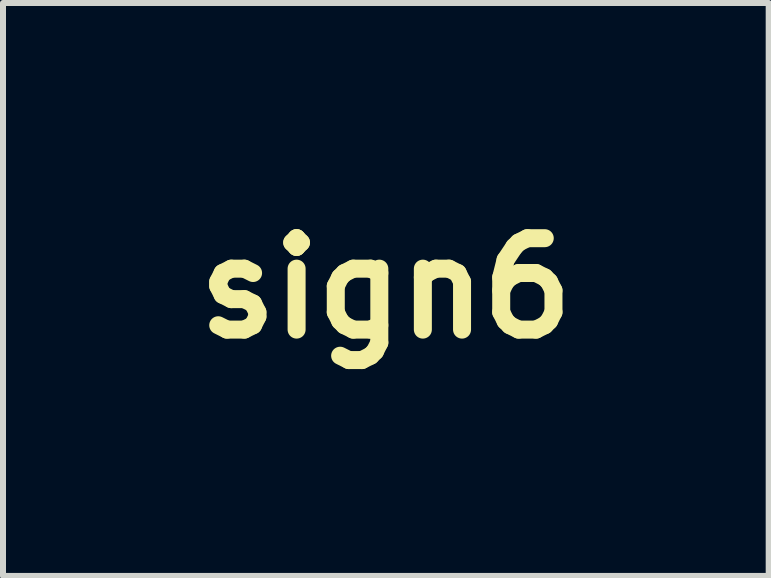
<source format=kicad_pcb>
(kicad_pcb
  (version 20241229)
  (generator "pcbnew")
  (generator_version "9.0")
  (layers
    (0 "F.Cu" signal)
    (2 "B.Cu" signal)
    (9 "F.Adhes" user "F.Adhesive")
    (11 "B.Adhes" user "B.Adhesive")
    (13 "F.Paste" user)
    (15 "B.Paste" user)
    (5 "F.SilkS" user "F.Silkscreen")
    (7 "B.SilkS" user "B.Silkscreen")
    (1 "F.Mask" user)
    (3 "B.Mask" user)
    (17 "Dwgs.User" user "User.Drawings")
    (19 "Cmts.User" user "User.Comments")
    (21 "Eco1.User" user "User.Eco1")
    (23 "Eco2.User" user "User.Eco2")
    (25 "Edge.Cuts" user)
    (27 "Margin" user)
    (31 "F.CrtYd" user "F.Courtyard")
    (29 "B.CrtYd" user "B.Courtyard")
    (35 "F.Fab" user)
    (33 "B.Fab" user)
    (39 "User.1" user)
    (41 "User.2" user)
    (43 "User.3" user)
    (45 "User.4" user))
  (footprint "sign6"
    (layer "F.Cu")
    (at 3.382 1.755)
    (property "Reference" "sign6" (at 0 0 0) (layer "F.SilkS") (effects (font (size 1.524 1.524) (thickness 0.3))))
    (attr through_hole)
    (fp_poly (pts (xy -0.588 -1.749) (xy -0.571 -1.748) (xy -0.551 -1.746) (xy -0.527 -1.745) (xy -0.503 -1.743) (xy -0.483 -1.743) (xy -0.458 -1.741) (xy -0.438 -1.739) (xy -0.421 -1.736) (xy -0.402 -1.732) (xy -0.401 -1.732) (xy -0.375 -1.725) (xy -0.354 -1.72) (xy -0.337 -1.716) (xy -0.322 -1.714) (xy -0.308 -1.712) (xy -0.306 -1.712) (xy -0.283 -1.708) (xy -0.264 -1.702) (xy -0.25 -1.694) (xy -0.248 -1.693) (xy -0.243 -1.689) (xy -0.236 -1.686) (xy -0.225 -1.685) (xy -0.213 -1.684) (xy -0.199 -1.684) (xy -0.189 -1.682) (xy -0.182 -1.68) (xy -0.175 -1.675) (xy -0.174 -1.674) (xy -0.162 -1.665) (xy -0.154 -1.66) (xy -0.148 -1.657) (xy -0.141 -1.655) (xy -0.136 -1.654) (xy -0.129 -1.653) (xy -0.117 -1.648) (xy -0.101 -1.641) (xy -0.083 -1.633) (xy -0.064 -1.624) (xy -0.045 -1.615) (xy -0.027 -1.606) (xy -0.012 -1.598) (xy 0.00023 -1.591) (xy 0.008 -1.586) (xy 0.009 -1.585) (xy 0.016 -1.58) (xy 0.026 -1.575) (xy 0.028 -1.574) (xy 0.04 -1.571) (xy 0.051 -1.565) (xy 0.063 -1.555) (xy 0.078 -1.543) (xy 0.09 -1.534) (xy 0.104 -1.525) (xy 0.11 -1.521) (xy 0.122 -1.515) (xy 0.133 -1.508) (xy 0.137 -1.505) (xy 0.145 -1.5) (xy 0.152 -1.496) (xy 0.152 -1.496) (xy 0.162 -1.49) (xy 0.175 -1.481) (xy 0.19 -1.469) (xy 0.208 -1.455) (xy 0.226 -1.439) (xy 0.245 -1.422) (xy 0.264 -1.405) (xy 0.281 -1.389) (xy 0.297 -1.373) (xy 0.311 -1.359) (xy 0.321 -1.347) (xy 0.327 -1.339) (xy 0.329 -1.335) (xy 0.33 -1.33) (xy 0.336 -1.325) (xy 0.348 -1.319) (xy 0.35 -1.318) (xy 0.362 -1.31) (xy 0.377 -1.299) (xy 0.394 -1.284) (xy 0.412 -1.267) (xy 0.43 -1.248) (xy 0.447 -1.23) (xy 0.461 -1.212) (xy 0.473 -1.196) (xy 0.477 -1.19) (xy 0.484 -1.178) (xy 0.49 -1.169) (xy 0.494 -1.164) (xy 0.495 -1.163) (xy 0.497 -1.161) (xy 0.501 -1.156) (xy 0.508 -1.148) (xy 0.517 -1.135) (xy 0.529 -1.119) (xy 0.545 -1.098) (xy 0.564 -1.072) (xy 0.569 -1.065) (xy 0.577 -1.053) (xy 0.585 -1.04) (xy 0.589 -1.033) (xy 0.595 -1.022) (xy 0.603 -1.009) (xy 0.608 -1.001) (xy 0.615 -0.99) (xy 0.62 -0.98) (xy 0.623 -0.974) (xy 0.627 -0.967) (xy 0.633 -0.957) (xy 0.639 -0.946) (xy 0.647 -0.934) (xy 0.656 -0.919) (xy 0.665 -0.902) (xy 0.67 -0.893) (xy 0.678 -0.878) (xy 0.685 -0.865) (xy 0.691 -0.855) (xy 0.694 -0.85) (xy 0.699 -0.842) (xy 0.701 -0.834) (xy 0.701 -0.833) (xy 0.702 -0.828) (xy 0.706 -0.817) (xy 0.712 -0.803) (xy 0.718 -0.788) (xy 0.726 -0.772) (xy 0.733 -0.757) (xy 0.738 -0.746) (xy 0.743 -0.737) (xy 0.745 -0.729) (xy 0.745 -0.727) (xy 0.746 -0.721) (xy 0.75 -0.711) (xy 0.754 -0.7) (xy 0.759 -0.685) (xy 0.764 -0.669) (xy 0.766 -0.659) (xy 0.771 -0.636) (xy 0.775 -0.617) (xy 0.78 -0.605) (xy 0.784 -0.6) (xy 0.787 -0.594) (xy 0.787 -0.585) (xy 0.787 -0.58) (xy 0.787 -0.564) (xy 0.79 -0.554) (xy 0.794 -0.543) (xy 0.796 -0.532) (xy 0.797 -0.523) (xy 0.8 -0.511) (xy 0.802 -0.502) (xy 0.807 -0.487) (xy 0.811 -0.471) (xy 0.813 -0.461) (xy 0.816 -0.448) (xy 0.82 -0.437) (xy 0.822 -0.431) (xy 0.824 -0.427) (xy 0.825 -0.422) (xy 0.826 -0.414) (xy 0.827 -0.402) (xy 0.827 -0.386) (xy 0.827 -0.366) (xy 0.827 -0.339) (xy 0.827 -0.324) (xy 0.827 -0.295) (xy 0.827 -0.272) (xy 0.827 -0.254) (xy 0.826 -0.241) (xy 0.826 -0.23) (xy 0.825 -0.222) (xy 0.823 -0.214) (xy 0.821 -0.208) (xy 0.82 -0.203) (xy 0.816 -0.191) (xy 0.814 -0.182) (xy 0.814 -0.174) (xy 0.817 -0.163) (xy 0.818 -0.158) (xy 0.822 -0.138) (xy 0.823 -0.123) (xy 0.821 -0.113) (xy 0.82 -0.11) (xy 0.818 -0.105) (xy 0.816 -0.096) (xy 0.815 -0.086) (xy 0.812 -0.059) (xy 0.81 -0.038) (xy 0.807 -0.022) (xy 0.805 -0.01) (xy 0.803 -0.001) (xy 0.802 0.002) (xy 0.798 0.013) (xy 0.796 0.027) (xy 0.795 0.034) (xy 0.792 0.05) (xy 0.786 0.065) (xy 0.784 0.069) (xy 0.779 0.082) (xy 0.774 0.099) (xy 0.772 0.109) (xy 0.769 0.129) (xy 0.764 0.15) (xy 0.759 0.169) (xy 0.753 0.185) (xy 0.748 0.195) (xy 0.744 0.204) (xy 0.742 0.21) (xy 0.742 0.211) (xy 0.74 0.217) (xy 0.736 0.227) (xy 0.73 0.24) (xy 0.722 0.254) (xy 0.715 0.269) (xy 0.707 0.283) (xy 0.703 0.29) (xy 0.691 0.309) (xy 0.684 0.324) (xy 0.681 0.334) (xy 0.681 0.335) (xy 0.678 0.342) (xy 0.675 0.346) (xy 0.671 0.352) (xy 0.664 0.364) (xy 0.655 0.382) (xy 0.647 0.401) (xy 0.643 0.407) (xy 0.637 0.417) (xy 0.629 0.428) (xy 0.628 0.428) (xy 0.619 0.44) (xy 0.609 0.455) (xy 0.598 0.471) (xy 0.591 0.481) (xy 0.58 0.496) (xy 0.569 0.511) (xy 0.559 0.525) (xy 0.554 0.531) (xy 0.543 0.544) (xy 0.533 0.558) (xy 0.526 0.568) (xy 0.518 0.579) (xy 0.506 0.591) (xy 0.493 0.604) (xy 0.487 0.608) (xy 0.474 0.62) (xy 0.462 0.632) (xy 0.452 0.644) (xy 0.449 0.648) (xy 0.439 0.66) (xy 0.428 0.674) (xy 0.421 0.682) (xy 0.412 0.691) (xy 0.408 0.698) (xy 0.406 0.705) (xy 0.406 0.713) (xy 0.405 0.724) (xy 0.402 0.733) (xy 0.397 0.738) (xy 0.393 0.744) (xy 0.389 0.752) (xy 0.386 0.764) (xy 0.383 0.78) (xy 0.382 0.783) (xy 0.379 0.799) (xy 0.376 0.81) (xy 0.373 0.818) (xy 0.37 0.822) (xy 0.368 0.824) (xy 0.363 0.828) (xy 0.361 0.833) (xy 0.36 0.842) (xy 0.36 0.852) (xy 0.36 0.866) (xy 0.363 0.874) (xy 0.367 0.876) (xy 0.375 0.873) (xy 0.383 0.868) (xy 0.394 0.859) (xy 0.407 0.848) (xy 0.422 0.834) (xy 0.437 0.819) (xy 0.453 0.803) (xy 0.467 0.787) (xy 0.48 0.772) (xy 0.491 0.76) (xy 0.498 0.75) (xy 0.501 0.743) (xy 0.501 0.742) (xy 0.504 0.738) (xy 0.51 0.732) (xy 0.519 0.723) (xy 0.522 0.721) (xy 0.532 0.711) (xy 0.545 0.698) (xy 0.559 0.683) (xy 0.571 0.669) (xy 0.585 0.654) (xy 0.599 0.639) (xy 0.611 0.626) (xy 0.621 0.616) (xy 0.653 0.586) (xy 0.685 0.552) (xy 0.71 0.525) (xy 0.724 0.508) (xy 0.741 0.49) (xy 0.757 0.473) (xy 0.766 0.463) (xy 0.778 0.452) (xy 0.787 0.442) (xy 0.793 0.435) (xy 0.796 0.432) (xy 0.796 0.432) (xy 0.797 0.43) (xy 0.799 0.427) (xy 0.803 0.422) (xy 0.81 0.415) (xy 0.819 0.405) (xy 0.832 0.392) (xy 0.849 0.375) (xy 0.869 0.355) (xy 0.881 0.344) (xy 0.9 0.325) (xy 0.918 0.307) (xy 0.935 0.291) (xy 0.949 0.277) (xy 0.961 0.267) (xy 0.968 0.26) (xy 0.969 0.259) (xy 0.98 0.249) (xy 0.992 0.237) (xy 0.999 0.229) (xy 1.006 0.22) (xy 1.017 0.207) (xy 1.03 0.193) (xy 1.044 0.178) (xy 1.049 0.172) (xy 1.065 0.155) (xy 1.083 0.137) (xy 1.099 0.119) (xy 1.114 0.103) (xy 1.116 0.101) (xy 1.127 0.088) (xy 1.138 0.078) (xy 1.146 0.07) (xy 1.151 0.066) (xy 1.152 0.066) (xy 1.159 0.061) (xy 1.169 0.053) (xy 1.179 0.042) (xy 1.188 0.03) (xy 1.194 0.02) (xy 1.201 0.009) (xy 1.209 -0.000278) (xy 1.212 -0.003) (xy 1.222 -0.009) (xy 1.233 -0.013) (xy 1.245 -0.017) (xy 1.255 -0.019) (xy 1.258 -0.018) (xy 1.264 -0.013) (xy 1.269 -0.005) (xy 1.273 0.005) (xy 1.275 0.014) (xy 1.274 0.016) (xy 1.275 0.025) (xy 1.281 0.036) (xy 1.289 0.049) (xy 1.299 0.059) (xy 1.311 0.071) (xy 1.318 0.081) (xy 1.321 0.088) (xy 1.321 0.095) (xy 1.32 0.098) (xy 1.315 0.107) (xy 1.311 0.113) (xy 1.306 0.121) (xy 1.302 0.132) (xy 1.302 0.133) (xy 1.298 0.145) (xy 1.29 0.158) (xy 1.287 0.161) (xy 1.277 0.173) (xy 1.268 0.186) (xy 1.264 0.192) (xy 1.257 0.204) (xy 1.251 0.214) (xy 1.248 0.218) (xy 1.241 0.228) (xy 1.235 0.24) (xy 1.234 0.242) (xy 1.229 0.253) (xy 1.224 0.262) (xy 1.223 0.264) (xy 1.218 0.273) (xy 1.212 0.286) (xy 1.206 0.3) (xy 1.2 0.315) (xy 1.195 0.327) (xy 1.194 0.333) (xy 1.19 0.342) (xy 1.185 0.354) (xy 1.182 0.359) (xy 1.176 0.371) (xy 1.17 0.386) (xy 1.168 0.395) (xy 1.165 0.408) (xy 1.16 0.42) (xy 1.156 0.426) (xy 1.151 0.434) (xy 1.146 0.445) (xy 1.14 0.459) (xy 1.135 0.472) (xy 1.132 0.483) (xy 1.131 0.488) (xy 1.129 0.493) (xy 1.124 0.501) (xy 1.121 0.505) (xy 1.113 0.517) (xy 1.104 0.533) (xy 1.095 0.551) (xy 1.087 0.57) (xy 1.08 0.588) (xy 1.079 0.594) (xy 1.075 0.604) (xy 1.072 0.611) (xy 1.07 0.613) (xy 1.068 0.616) (xy 1.064 0.623) (xy 1.059 0.632) (xy 1.055 0.642) (xy 1.051 0.651) (xy 1.05 0.655) (xy 1.048 0.66) (xy 1.043 0.667) (xy 1.042 0.669) (xy 1.03 0.688) (xy 1.02 0.712) (xy 1.016 0.73) (xy 1.012 0.744) (xy 1.006 0.759) (xy 1.003 0.766) (xy 0.999 0.777) (xy 0.997 0.785) (xy 0.997 0.788) (xy 0.996 0.794) (xy 0.991 0.803) (xy 0.988 0.806) (xy 0.978 0.82) (xy 0.974 0.833) (xy 0.971 0.847) (xy 0.965 0.865) (xy 0.956 0.885) (xy 0.949 0.901) (xy 0.944 0.912) (xy 0.94 0.925) (xy 0.938 0.93) (xy 0.935 0.941) (xy 0.929 0.956) (xy 0.923 0.971) (xy 0.922 0.974) (xy 0.915 0.99) (xy 0.908 1.007) (xy 0.901 1.021) (xy 0.901 1.023) (xy 0.895 1.039) (xy 0.89 1.057) (xy 0.887 1.068) (xy 0.884 1.082) (xy 0.881 1.095) (xy 0.878 1.103) (xy 0.875 1.113) (xy 0.874 1.122) (xy 0.873 1.13) (xy 0.87 1.141) (xy 0.869 1.147) (xy 0.866 1.159) (xy 0.864 1.169) (xy 0.864 1.173) (xy 0.862 1.183) (xy 0.858 1.19) (xy 0.854 1.195) (xy 0.856 1.198) (xy 0.859 1.203) (xy 0.862 1.211) (xy 0.862 1.212) (xy 0.866 1.222) (xy 0.872 1.227) (xy 0.879 1.228) (xy 0.887 1.226) (xy 0.897 1.22) (xy 0.909 1.21) (xy 0.924 1.196) (xy 0.935 1.185) (xy 0.949 1.171) (xy 0.963 1.158) (xy 0.976 1.146) (xy 0.987 1.138) (xy 0.987 1.138) (xy 1.001 1.125) (xy 1.011 1.113) (xy 1.014 1.107) (xy 1.019 1.096) (xy 1.028 1.083) (xy 1.033 1.075) (xy 1.042 1.062) (xy 1.051 1.049) (xy 1.055 1.041) (xy 1.073 1.014) (xy 1.096 0.985) (xy 1.121 0.958) (xy 1.134 0.944) (xy 1.146 0.929) (xy 1.157 0.915) (xy 1.161 0.909) (xy 1.171 0.894) (xy 1.183 0.879) (xy 1.194 0.869) (xy 1.206 0.857) (xy 1.219 0.842) (xy 1.228 0.83) (xy 1.245 0.804) (xy 1.26 0.784) (xy 1.272 0.767) (xy 1.284 0.752) (xy 1.295 0.739) (xy 1.305 0.728) (xy 1.319 0.713) (xy 1.328 0.7) (xy 1.335 0.688) (xy 1.338 0.682) (xy 1.342 0.672) (xy 1.347 0.663) (xy 1.353 0.652) (xy 1.362 0.64) (xy 1.374 0.626) (xy 1.389 0.608) (xy 1.408 0.587) (xy 1.409 0.586) (xy 1.413 0.58) (xy 1.414 0.574) (xy 1.414 0.574) (xy 1.415 0.569) (xy 1.419 0.561) (xy 1.426 0.55) (xy 1.427 0.548) (xy 1.437 0.534) (xy 1.447 0.518) (xy 1.455 0.506) (xy 1.464 0.492) (xy 1.475 0.476) (xy 1.483 0.465) (xy 1.496 0.448) (xy 1.505 0.436) (xy 1.511 0.427) (xy 1.513 0.421) (xy 1.514 0.418) (xy 1.515 0.412) (xy 1.52 0.403) (xy 1.529 0.392) (xy 1.541 0.377) (xy 1.549 0.369) (xy 1.56 0.355) (xy 1.572 0.342) (xy 1.581 0.33) (xy 1.584 0.326) (xy 1.594 0.313) (xy 1.604 0.3) (xy 1.609 0.294) (xy 1.616 0.284) (xy 1.622 0.275) (xy 1.624 0.271) (xy 1.628 0.264) (xy 1.634 0.254) (xy 1.639 0.249) (xy 1.647 0.24) (xy 1.656 0.227) (xy 1.665 0.212) (xy 1.669 0.204) (xy 1.679 0.187) (xy 1.69 0.17) (xy 1.701 0.155) (xy 1.705 0.15) (xy 1.714 0.137) (xy 1.721 0.125) (xy 1.727 0.115) (xy 1.727 0.114) (xy 1.732 0.104) (xy 1.74 0.092) (xy 1.746 0.085) (xy 1.771 0.056) (xy 1.795 0.024) (xy 1.805 0.009) (xy 1.819 -0.009) (xy 1.834 -0.026) (xy 1.849 -0.041) (xy 1.864 -0.053) (xy 1.877 -0.061) (xy 1.888 -0.066) (xy 1.897 -0.065) (xy 1.898 -0.064) (xy 1.901 -0.059) (xy 1.904 -0.05) (xy 1.905 -0.045) (xy 1.907 -0.036) (xy 1.91 -0.028) (xy 1.917 -0.02) (xy 1.927 -0.01) (xy 1.928 -0.009) (xy 1.941 0.005) (xy 1.949 0.016) (xy 1.952 0.025) (xy 1.951 0.034) (xy 1.948 0.041) (xy 1.943 0.049) (xy 1.938 0.059) (xy 1.932 0.072) (xy 1.924 0.088) (xy 1.916 0.107) (xy 1.91 0.119) (xy 1.904 0.13) (xy 1.9 0.137) (xy 1.9 0.137) (xy 1.895 0.144) (xy 1.889 0.155) (xy 1.886 0.161) (xy 1.881 0.174) (xy 1.874 0.188) (xy 1.869 0.198) (xy 1.864 0.209) (xy 1.86 0.22) (xy 1.859 0.226) (xy 1.858 0.233) (xy 1.854 0.244) (xy 1.85 0.256) (xy 1.849 0.257) (xy 1.844 0.27) (xy 1.84 0.281) (xy 1.837 0.29) (xy 1.834 0.298) (xy 1.83 0.31) (xy 1.826 0.318) (xy 1.821 0.332) (xy 1.814 0.349) (xy 1.808 0.367) (xy 1.803 0.385) (xy 1.798 0.4) (xy 1.796 0.41) (xy 1.794 0.42) (xy 1.79 0.433) (xy 1.788 0.437) (xy 1.784 0.449) (xy 1.779 0.465) (xy 1.772 0.486) (xy 1.765 0.509) (xy 1.759 0.532) (xy 1.752 0.555) (xy 1.747 0.576) (xy 1.746 0.578) (xy 1.743 0.593) (xy 1.741 0.61) (xy 1.741 0.626) (xy 1.739 0.654) (xy 1.734 0.681) (xy 1.727 0.706) (xy 1.725 0.711) (xy 1.721 0.722) (xy 1.72 0.734) (xy 1.72 0.75) (xy 1.72 0.75) (xy 1.721 0.765) (xy 1.72 0.783) (xy 1.718 0.801) (xy 1.718 0.806) (xy 1.716 0.828) (xy 1.715 0.851) (xy 1.715 0.874) (xy 1.716 0.896) (xy 1.719 0.914) (xy 1.722 0.924) (xy 1.725 0.936) (xy 1.727 0.951) (xy 1.727 0.96) (xy 1.728 0.975) (xy 1.731 0.985) (xy 1.734 0.991) (xy 1.739 0.999) (xy 1.746 1.011) (xy 1.751 1.022) (xy 1.762 1.042) (xy 1.773 1.061) (xy 1.786 1.078) (xy 1.798 1.092) (xy 1.809 1.101) (xy 1.815 1.104) (xy 1.822 1.106) (xy 1.833 1.107) (xy 1.847 1.108) (xy 1.852 1.108) (xy 1.88 1.107) (xy 1.904 1.101) (xy 1.924 1.09) (xy 1.931 1.086) (xy 1.942 1.08) (xy 1.954 1.073) (xy 1.956 1.072) (xy 1.972 1.062) (xy 1.988 1.049) (xy 1.996 1.042) (xy 2.008 1.031) (xy 2.022 1.019) (xy 2.036 1.008) (xy 2.039 1.006) (xy 2.054 0.996) (xy 2.065 0.988) (xy 2.073 0.981) (xy 2.08 0.974) (xy 2.086 0.966) (xy 2.09 0.961) (xy 2.1 0.949) (xy 2.111 0.939) (xy 2.117 0.934) (xy 2.128 0.926) (xy 2.134 0.92) (xy 2.136 0.915) (xy 2.137 0.909) (xy 2.139 0.902) (xy 2.146 0.893) (xy 2.155 0.883) (xy 2.165 0.873) (xy 2.174 0.863) (xy 2.18 0.855) (xy 2.18 0.855) (xy 2.201 0.827) (xy 2.227 0.801) (xy 2.24 0.79) (xy 2.265 0.769) (xy 2.286 0.748) (xy 2.303 0.727) (xy 2.313 0.71) (xy 2.32 0.698) (xy 2.33 0.684) (xy 2.342 0.667) (xy 2.356 0.649) (xy 2.37 0.632) (xy 2.383 0.616) (xy 2.387 0.613) (xy 2.399 0.599) (xy 2.408 0.586) (xy 2.414 0.573) (xy 2.417 0.565) (xy 2.424 0.548) (xy 2.432 0.536) (xy 2.442 0.525) (xy 2.452 0.513) (xy 2.462 0.5) (xy 2.467 0.491) (xy 2.473 0.48) (xy 2.48 0.469) (xy 2.484 0.464) (xy 2.491 0.454) (xy 2.496 0.443) (xy 2.5 0.435) (xy 2.507 0.423) (xy 2.514 0.411) (xy 2.515 0.409) (xy 2.523 0.396) (xy 2.53 0.383) (xy 2.534 0.372) (xy 2.534 0.372) (xy 2.539 0.361) (xy 2.544 0.352) (xy 2.546 0.35) (xy 2.55 0.343) (xy 2.556 0.333) (xy 2.561 0.32) (xy 2.562 0.319) (xy 2.567 0.307) (xy 2.571 0.298) (xy 2.574 0.293) (xy 2.574 0.293) (xy 2.578 0.288) (xy 2.583 0.28) (xy 2.589 0.268) (xy 2.594 0.257) (xy 2.599 0.246) (xy 2.601 0.239) (xy 2.601 0.237) (xy 2.603 0.231) (xy 2.604 0.229) (xy 2.608 0.224) (xy 2.613 0.216) (xy 2.614 0.213) (xy 2.618 0.203) (xy 2.619 0.197) (xy 2.617 0.194) (xy 2.61 0.19) (xy 2.599 0.191) (xy 2.589 0.195) (xy 2.577 0.199) (xy 2.559 0.201) (xy 2.555 0.201) (xy 2.542 0.201) (xy 2.534 0.2) (xy 2.528 0.198) (xy 2.524 0.193) (xy 2.524 0.193) (xy 2.519 0.185) (xy 2.516 0.178) (xy 2.514 0.17) (xy 2.51 0.162) (xy 2.51 0.161) (xy 2.505 0.152) (xy 2.503 0.144) (xy 2.503 0.143) (xy 2.501 0.138) (xy 2.498 0.138) (xy 2.493 0.139) (xy 2.493 0.138) (xy 2.494 0.135) (xy 2.498 0.126) (xy 2.503 0.114) (xy 2.51 0.1) (xy 2.511 0.098) (xy 2.518 0.082) (xy 2.524 0.067) (xy 2.529 0.054) (xy 2.531 0.046) (xy 2.536 0.034) (xy 2.546 0.02) (xy 2.548 0.017) (xy 2.557 0.006) (xy 2.562 -0.004) (xy 2.565 -0.016) (xy 2.565 -0.016) (xy 2.566 -0.024) (xy 2.569 -0.032) (xy 2.573 -0.039) (xy 2.579 -0.048) (xy 2.588 -0.06) (xy 2.6 -0.074) (xy 2.611 -0.086) (xy 2.626 -0.102) (xy 2.639 -0.114) (xy 2.649 -0.121) (xy 2.652 -0.122) (xy 2.661 -0.125) (xy 2.674 -0.126) (xy 2.689 -0.127) (xy 2.692 -0.127) (xy 2.714 -0.126) (xy 2.73 -0.123) (xy 2.742 -0.116) (xy 2.751 -0.106) (xy 2.757 -0.095) (xy 2.764 -0.085) (xy 2.774 -0.072) (xy 2.785 -0.058) (xy 2.792 -0.051) (xy 2.817 -0.025) (xy 2.819 0.00016) (xy 2.82 0.017) (xy 2.819 0.029) (xy 2.817 0.037) (xy 2.814 0.046) (xy 2.814 0.054) (xy 2.817 0.062) (xy 2.82 0.07) (xy 2.82 0.078) (xy 2.819 0.089) (xy 2.818 0.094) (xy 2.815 0.102) (xy 2.812 0.11) (xy 2.808 0.12) (xy 2.802 0.132) (xy 2.794 0.148) (xy 2.783 0.168) (xy 2.778 0.176) (xy 2.775 0.185) (xy 2.774 0.191) (xy 2.772 0.199) (xy 2.767 0.207) (xy 2.767 0.208) (xy 2.76 0.219) (xy 2.755 0.229) (xy 2.75 0.238) (xy 2.743 0.248) (xy 2.74 0.252) (xy 2.732 0.264) (xy 2.724 0.277) (xy 2.721 0.283) (xy 2.715 0.294) (xy 2.708 0.303) (xy 2.705 0.307) (xy 2.701 0.313) (xy 2.695 0.324) (xy 2.689 0.337) (xy 2.687 0.341) (xy 2.68 0.356) (xy 2.67 0.373) (xy 2.661 0.386) (xy 2.66 0.387) (xy 2.652 0.398) (xy 2.645 0.409) (xy 2.641 0.418) (xy 2.641 0.418) (xy 2.636 0.428) (xy 2.63 0.438) (xy 2.629 0.439) (xy 2.623 0.45) (xy 2.618 0.461) (xy 2.618 0.462) (xy 2.613 0.472) (xy 2.607 0.483) (xy 2.602 0.488) (xy 2.595 0.498) (xy 2.588 0.508) (xy 2.579 0.521) (xy 2.569 0.537) (xy 2.563 0.548) (xy 2.556 0.558) (xy 2.547 0.572) (xy 2.537 0.587) (xy 2.532 0.593) (xy 2.524 0.606) (xy 2.518 0.617) (xy 2.514 0.625) (xy 2.513 0.628) (xy 2.51 0.636) (xy 2.503 0.647) (xy 2.492 0.66) (xy 2.478 0.676) (xy 2.476 0.678) (xy 2.465 0.692) (xy 2.457 0.708) (xy 2.457 0.709) (xy 2.453 0.718) (xy 2.45 0.726) (xy 2.444 0.734) (xy 2.437 0.742) (xy 2.427 0.753) (xy 2.412 0.767) (xy 2.402 0.776) (xy 2.39 0.788) (xy 2.379 0.798) (xy 2.371 0.806) (xy 2.367 0.811) (xy 2.366 0.812) (xy 2.364 0.818) (xy 2.363 0.828) (xy 2.363 0.829) (xy 2.363 0.836) (xy 2.36 0.843) (xy 2.355 0.852) (xy 2.346 0.863) (xy 2.339 0.873) (xy 2.322 0.894) (xy 2.303 0.917) (xy 2.284 0.939) (xy 2.265 0.96) (xy 2.248 0.978) (xy 2.234 0.992) (xy 2.231 0.996) (xy 2.218 1.008) (xy 2.209 1.021) (xy 2.204 1.029) (xy 2.199 1.039) (xy 2.191 1.05) (xy 2.183 1.062) (xy 2.174 1.071) (xy 2.167 1.078) (xy 2.163 1.08) (xy 2.156 1.083) (xy 2.145 1.089) (xy 2.132 1.1) (xy 2.116 1.113) (xy 2.098 1.129) (xy 2.079 1.146) (xy 2.068 1.158) (xy 2.05 1.175) (xy 2.035 1.189) (xy 2.022 1.2) (xy 2.012 1.208) (xy 2.009 1.21) (xy 1.997 1.216) (xy 1.984 1.224) (xy 1.978 1.228) (xy 1.948 1.246) (xy 1.917 1.259) (xy 1.883 1.266) (xy 1.846 1.27) (xy 1.833 1.27) (xy 1.807 1.269) (xy 1.785 1.265) (xy 1.764 1.259) (xy 1.744 1.249) (xy 1.73 1.24) (xy 1.734 1.24) (xy 1.735 1.242) (xy 1.736 1.242) (xy 1.737 1.238) (xy 1.736 1.237) (xy 1.734 1.238) (xy 1.734 1.24) (xy 1.73 1.24) (xy 1.723 1.234) (xy 1.701 1.216) (xy 1.68 1.195) (xy 1.664 1.179) (xy 1.652 1.167) (xy 1.643 1.156) (xy 1.636 1.147) (xy 1.63 1.137) (xy 1.624 1.125) (xy 1.623 1.123) (xy 1.616 1.108) (xy 1.61 1.093) (xy 1.606 1.08) (xy 1.605 1.076) (xy 1.599 1.058) (xy 1.592 1.048) (xy 1.585 1.039) (xy 1.58 1.029) (xy 1.58 1.027) (xy 1.578 1.018) (xy 1.574 1.007) (xy 1.572 0.999) (xy 1.569 0.985) (xy 1.567 0.968) (xy 1.566 0.959) (xy 1.565 0.945) (xy 1.564 0.932) (xy 1.563 0.925) (xy 1.562 0.915) (xy 1.561 0.901) (xy 1.561 0.891) (xy 1.56 0.874) (xy 1.558 0.86) (xy 1.556 0.856) (xy 1.552 0.841) (xy 1.552 0.824) (xy 1.555 0.803) (xy 1.556 0.799) (xy 1.559 0.787) (xy 1.561 0.779) (xy 1.561 0.775) (xy 1.561 0.767) (xy 1.562 0.754) (xy 1.565 0.74) (xy 1.568 0.725) (xy 1.572 0.713) (xy 1.572 0.712) (xy 1.575 0.701) (xy 1.577 0.685) (xy 1.578 0.667) (xy 1.579 0.648) (xy 1.579 0.63) (xy 1.578 0.615) (xy 1.577 0.604) (xy 1.575 0.6) (xy 1.571 0.595) (xy 1.567 0.593) (xy 1.56 0.596) (xy 1.55 0.603) (xy 1.55 0.604) (xy 1.536 0.615) (xy 1.526 0.624) (xy 1.52 0.632) (xy 1.516 0.64) (xy 1.511 0.648) (xy 1.503 0.659) (xy 1.493 0.67) (xy 1.492 0.67) (xy 1.483 0.68) (xy 1.476 0.687) (xy 1.473 0.692) (xy 1.473 0.692) (xy 1.472 0.697) (xy 1.469 0.706) (xy 1.467 0.709) (xy 1.461 0.721) (xy 1.456 0.735) (xy 1.454 0.738) (xy 1.449 0.747) (xy 1.442 0.76) (xy 1.432 0.774) (xy 1.423 0.785) (xy 1.412 0.799) (xy 1.402 0.813) (xy 1.394 0.824) (xy 1.39 0.83) (xy 1.382 0.841) (xy 1.373 0.853) (xy 1.37 0.856) (xy 1.361 0.867) (xy 1.352 0.879) (xy 1.349 0.884) (xy 1.34 0.895) (xy 1.33 0.908) (xy 1.323 0.915) (xy 1.314 0.927) (xy 1.303 0.941) (xy 1.295 0.954) (xy 1.287 0.967) (xy 1.279 0.979) (xy 1.272 0.988) (xy 1.264 0.997) (xy 1.255 1.01) (xy 1.246 1.022) (xy 1.246 1.023) (xy 1.236 1.035) (xy 1.224 1.05) (xy 1.211 1.064) (xy 1.204 1.071) (xy 1.192 1.084) (xy 1.184 1.093) (xy 1.18 1.101) (xy 1.178 1.106) (xy 1.178 1.112) (xy 1.176 1.118) (xy 1.173 1.125) (xy 1.166 1.134) (xy 1.157 1.145) (xy 1.144 1.161) (xy 1.143 1.162) (xy 1.121 1.189) (xy 1.101 1.218) (xy 1.082 1.248) (xy 1.072 1.266) (xy 1.061 1.281) (xy 1.044 1.297) (xy 1.04 1.3) (xy 1.027 1.311) (xy 1.014 1.324) (xy 1.004 1.336) (xy 1.003 1.338) (xy 0.993 1.35) (xy 0.981 1.363) (xy 0.969 1.375) (xy 0.956 1.386) (xy 0.941 1.397) (xy 0.925 1.408) (xy 0.91 1.417) (xy 0.898 1.424) (xy 0.888 1.428) (xy 0.885 1.429) (xy 0.876 1.43) (xy 0.866 1.434) (xy 0.865 1.434) (xy 0.854 1.437) (xy 0.839 1.439) (xy 0.822 1.44) (xy 0.803 1.44) (xy 0.784 1.44) (xy 0.769 1.439) (xy 0.76 1.437) (xy 0.751 1.433) (xy 0.744 1.428) (xy 0.737 1.419) (xy 0.732 1.412) (xy 0.725 1.4) (xy 0.719 1.39) (xy 0.716 1.382) (xy 0.716 1.382) (xy 0.713 1.373) (xy 0.711 1.367) (xy 0.704 1.348) (xy 0.698 1.334) (xy 0.694 1.322) (xy 0.691 1.311) (xy 0.689 1.305) (xy 0.687 1.294) (xy 0.686 1.285) (xy 0.686 1.276) (xy 0.688 1.263) (xy 0.689 1.254) (xy 0.692 1.238) (xy 0.695 1.222) (xy 0.697 1.21) (xy 0.697 1.207) (xy 0.7 1.194) (xy 0.704 1.181) (xy 0.706 1.178) (xy 0.71 1.164) (xy 0.709 1.148) (xy 0.708 1.139) (xy 0.709 1.131) (xy 0.712 1.122) (xy 0.718 1.109) (xy 0.719 1.107) (xy 0.725 1.095) (xy 0.729 1.083) (xy 0.731 1.075) (xy 0.732 1.074) (xy 0.733 1.066) (xy 0.737 1.054) (xy 0.745 1.037) (xy 0.755 1.016) (xy 0.756 1.015) (xy 0.764 0.997) (xy 0.772 0.973) (xy 0.779 0.945) (xy 0.782 0.931) (xy 0.785 0.922) (xy 0.791 0.91) (xy 0.795 0.903) (xy 0.802 0.891) (xy 0.804 0.881) (xy 0.804 0.874) (xy 0.805 0.866) (xy 0.807 0.858) (xy 0.812 0.847) (xy 0.818 0.836) (xy 0.825 0.825) (xy 0.83 0.814) (xy 0.833 0.808) (xy 0.833 0.807) (xy 0.834 0.802) (xy 0.838 0.792) (xy 0.843 0.78) (xy 0.843 0.779) (xy 0.848 0.766) (xy 0.852 0.754) (xy 0.853 0.746) (xy 0.853 0.746) (xy 0.855 0.738) (xy 0.859 0.727) (xy 0.865 0.714) (xy 0.867 0.71) (xy 0.876 0.69) (xy 0.88 0.675) (xy 0.881 0.67) (xy 0.883 0.655) (xy 0.89 0.64) (xy 0.902 0.622) (xy 0.908 0.612) (xy 0.912 0.601) (xy 0.913 0.598) (xy 0.915 0.59) (xy 0.919 0.578) (xy 0.925 0.565) (xy 0.925 0.564) (xy 0.935 0.544) (xy 0.941 0.526) (xy 0.945 0.51) (xy 0.946 0.504) (xy 0.947 0.495) (xy 0.945 0.49) (xy 0.94 0.491) (xy 0.931 0.496) (xy 0.919 0.506) (xy 0.909 0.516) (xy 0.89 0.534) (xy 0.87 0.554) (xy 0.85 0.574) (xy 0.83 0.594) (xy 0.812 0.613) (xy 0.796 0.63) (xy 0.783 0.644) (xy 0.774 0.655) (xy 0.772 0.657) (xy 0.764 0.667) (xy 0.752 0.68) (xy 0.739 0.695) (xy 0.728 0.706) (xy 0.715 0.721) (xy 0.699 0.739) (xy 0.682 0.757) (xy 0.667 0.774) (xy 0.665 0.776) (xy 0.652 0.791) (xy 0.635 0.809) (xy 0.616 0.829) (xy 0.597 0.849) (xy 0.581 0.865) (xy 0.566 0.881) (xy 0.551 0.897) (xy 0.538 0.912) (xy 0.527 0.923) (xy 0.521 0.932) (xy 0.52 0.933) (xy 0.511 0.945) (xy 0.501 0.958) (xy 0.493 0.967) (xy 0.484 0.978) (xy 0.473 0.992) (xy 0.462 1.007) (xy 0.459 1.011) (xy 0.449 1.025) (xy 0.439 1.038) (xy 0.43 1.048) (xy 0.427 1.05) (xy 0.411 1.063) (xy 0.4 1.073) (xy 0.391 1.081) (xy 0.385 1.089) (xy 0.378 1.098) (xy 0.375 1.102) (xy 0.361 1.121) (xy 0.344 1.142) (xy 0.324 1.165) (xy 0.317 1.173) (xy 0.309 1.183) (xy 0.301 1.194) (xy 0.3 1.195) (xy 0.294 1.202) (xy 0.285 1.213) (xy 0.274 1.225) (xy 0.263 1.236) (xy 0.25 1.249) (xy 0.241 1.259) (xy 0.235 1.268) (xy 0.231 1.276) (xy 0.229 1.282) (xy 0.225 1.292) (xy 0.22 1.301) (xy 0.211 1.311) (xy 0.2 1.323) (xy 0.189 1.333) (xy 0.18 1.341) (xy 0.174 1.346) (xy 0.172 1.347) (xy 0.169 1.351) (xy 0.165 1.359) (xy 0.163 1.363) (xy 0.158 1.371) (xy 0.149 1.383) (xy 0.138 1.395) (xy 0.131 1.402) (xy 0.119 1.416) (xy 0.106 1.43) (xy 0.096 1.443) (xy 0.092 1.448) (xy 0.085 1.459) (xy 0.079 1.467) (xy 0.075 1.471) (xy 0.075 1.472) (xy 0.071 1.475) (xy 0.065 1.483) (xy 0.058 1.493) (xy 0.057 1.494) (xy 0.049 1.505) (xy 0.037 1.519) (xy 0.025 1.533) (xy 0.017 1.54) (xy 0.005 1.553) (xy -0.007 1.566) (xy -0.016 1.578) (xy -0.02 1.583) (xy -0.037 1.607) (xy -0.054 1.629) (xy -0.07 1.648) (xy -0.082 1.659) (xy -0.093 1.67) (xy -0.104 1.683) (xy -0.113 1.695) (xy -0.128 1.715) (xy -0.147 1.738) (xy -0.172 1.763) (xy -0.172 1.764) (xy -0.178 1.771) (xy -0.182 1.777) (xy -0.183 1.778) (xy -0.186 1.782) (xy -0.194 1.786) (xy -0.204 1.789) (xy -0.214 1.791) (xy -0.223 1.791) (xy -0.228 1.789) (xy -0.228 1.789) (xy -0.233 1.786) (xy -0.241 1.784) (xy -0.247 1.783) (xy -0.259 1.781) (xy -0.264 1.778) (xy -0.262 1.774) (xy -0.261 1.773) (xy -0.258 1.768) (xy -0.258 1.759) (xy -0.26 1.749) (xy -0.264 1.742) (xy -0.271 1.736) (xy -0.281 1.73) (xy -0.286 1.727) (xy -0.297 1.72) (xy -0.305 1.713) (xy -0.308 1.71) (xy -0.31 1.704) (xy -0.31 1.698) (xy -0.307 1.69) (xy -0.305 1.686) (xy -0.299 1.674) (xy -0.29 1.662) (xy -0.286 1.658) (xy -0.277 1.646) (xy -0.269 1.634) (xy -0.267 1.629) (xy -0.261 1.619) (xy -0.252 1.607) (xy -0.243 1.595) (xy -0.222 1.572) (xy -0.206 1.552) (xy -0.194 1.535) (xy -0.188 1.522) (xy -0.187 1.52) (xy -0.182 1.509) (xy -0.172 1.495) (xy -0.164 1.485) (xy -0.143 1.462) (xy -0.121 1.435) (xy -0.1 1.408) (xy -0.081 1.382) (xy -0.065 1.36) (xy -0.055 1.345) (xy -0.046 1.331) (xy -0.038 1.32) (xy -0.034 1.314) (xy -0.027 1.303) (xy -0.02 1.29) (xy -0.019 1.287) (xy -0.012 1.275) (xy -0.001 1.26) (xy 0.015 1.243) (xy 0.028 1.229) (xy 0.036 1.219) (xy 0.042 1.211) (xy 0.047 1.202) (xy 0.05 1.191) (xy 0.051 1.189) (xy 0.055 1.177) (xy 0.059 1.168) (xy 0.061 1.163) (xy 0.061 1.163) (xy 0.064 1.159) (xy 0.064 1.155) (xy 0.066 1.149) (xy 0.071 1.14) (xy 0.077 1.131) (xy 0.085 1.117) (xy 0.093 1.102) (xy 0.097 1.094) (xy 0.104 1.081) (xy 0.112 1.069) (xy 0.117 1.063) (xy 0.126 1.049) (xy 0.134 1.03) (xy 0.138 1.009) (xy 0.141 0.998) (xy 0.147 0.987) (xy 0.148 0.986) (xy 0.155 0.97) (xy 0.156 0.96) (xy 0.157 0.947) (xy 0.16 0.935) (xy 0.161 0.934) (xy 0.165 0.924) (xy 0.165 0.918) (xy 0.161 0.914) (xy 0.154 0.91) (xy 0.14 0.905) (xy 0.129 0.906) (xy 0.119 0.911) (xy 0.112 0.916) (xy 0.107 0.918) (xy 0.107 0.918) (xy 0.103 0.92) (xy 0.095 0.924) (xy 0.088 0.93) (xy 0.079 0.936) (xy 0.072 0.94) (xy 0.07 0.941) (xy 0.066 0.943) (xy 0.058 0.946) (xy 0.05 0.95) (xy 0.038 0.955) (xy 0.026 0.961) (xy 0.02 0.963) (xy 0.009 0.969) (xy -0.001 0.974) (xy -0.002 0.974) (xy -0.019 0.984) (xy -0.031 0.991) (xy -0.04 0.996) (xy -0.047 0.998) (xy -0.053 1) (xy -0.055 1) (xy -0.065 1.004) (xy -0.077 1.01) (xy -0.08 1.012) (xy -0.091 1.019) (xy -0.105 1.026) (xy -0.112 1.029) (xy -0.125 1.034) (xy -0.14 1.041) (xy -0.153 1.048) (xy -0.165 1.054) (xy -0.176 1.058) (xy -0.182 1.06) (xy -0.183 1.06) (xy -0.188 1.062) (xy -0.197 1.067) (xy -0.207 1.073) (xy -0.226 1.085) (xy -0.247 1.096) (xy -0.269 1.105) (xy -0.29 1.112) (xy -0.3 1.114) (xy -0.315 1.117) (xy -0.331 1.123) (xy -0.342 1.128) (xy -0.353 1.133) (xy -0.362 1.137) (xy -0.367 1.138) (xy -0.372 1.139) (xy -0.381 1.143) (xy -0.393 1.149) (xy -0.398 1.151) (xy -0.411 1.158) (xy -0.421 1.162) (xy -0.427 1.165) (xy -0.429 1.165) (xy -0.434 1.167) (xy -0.436 1.169) (xy -0.443 1.173) (xy -0.448 1.174) (xy -0.459 1.176) (xy -0.476 1.18) (xy -0.496 1.187) (xy -0.519 1.195) (xy -0.544 1.204) (xy -0.552 1.208) (xy -0.572 1.216) (xy -0.588 1.222) (xy -0.601 1.226) (xy -0.613 1.23) (xy -0.626 1.233) (xy -0.641 1.236) (xy -0.652 1.238) (xy -0.668 1.241) (xy -0.685 1.246) (xy -0.698 1.25) (xy -0.701 1.251) (xy -0.719 1.257) (xy -0.74 1.261) (xy -0.746 1.261) (xy -0.778 1.267) (xy -0.798 1.273) (xy -0.819 1.28) (xy -0.838 1.283) (xy -0.843 1.284) (xy -0.857 1.285) (xy -0.876 1.287) (xy -0.896 1.291) (xy -0.917 1.296) (xy -0.935 1.301) (xy -0.938 1.302) (xy -0.964 1.31) (xy -0.984 1.317) (xy -1 1.321) (xy -1.014 1.325) (xy -1.026 1.327) (xy -1.038 1.329) (xy -1.051 1.33) (xy -1.063 1.331) (xy -1.084 1.332) (xy -1.1 1.334) (xy -1.113 1.337) (xy -1.126 1.341) (xy -1.129 1.342) (xy -1.148 1.348) (xy -1.166 1.351) (xy -1.176 1.351) (xy -1.191 1.352) (xy -1.204 1.353) (xy -1.212 1.355) (xy -1.239 1.361) (xy -1.27 1.366) (xy -1.304 1.37) (xy -1.322 1.372) (xy -1.341 1.373) (xy -1.359 1.375) (xy -1.374 1.377) (xy -1.385 1.38) (xy -1.393 1.382) (xy -1.404 1.383) (xy -1.417 1.384) (xy -1.434 1.385) (xy -1.456 1.385) (xy -1.475 1.385) (xy -1.498 1.385) (xy -1.519 1.386) (xy -1.539 1.386) (xy -1.554 1.387) (xy -1.565 1.388) (xy -1.566 1.388) (xy -1.576 1.39) (xy -1.591 1.39) (xy -1.61 1.391) (xy -1.631 1.392) (xy -1.651 1.392) (xy -1.677 1.392) (xy -1.708 1.393) (xy -1.739 1.394) (xy -1.768 1.395) (xy -1.781 1.396) (xy -1.813 1.397) (xy -1.847 1.397) (xy -1.884 1.397) (xy -1.926 1.396) (xy -1.938 1.395) (xy -1.964 1.394) (xy -1.99 1.393) (xy -2.015 1.392) (xy -2.036 1.391) (xy -2.053 1.39) (xy -2.062 1.39) (xy -2.081 1.389) (xy -2.1 1.387) (xy -2.117 1.385) (xy -2.12 1.385) (xy -2.137 1.382) (xy -2.157 1.38) (xy -2.171 1.378) (xy -2.187 1.376) (xy -2.203 1.373) (xy -2.215 1.371) (xy -2.227 1.368) (xy -2.243 1.364) (xy -2.26 1.362) (xy -2.264 1.361) (xy -2.28 1.359) (xy -2.298 1.356) (xy -2.312 1.353) (xy -2.314 1.353) (xy -2.327 1.349) (xy -2.339 1.347) (xy -2.345 1.346) (xy -2.358 1.343) (xy -2.374 1.338) (xy -2.391 1.332) (xy -2.408 1.327) (xy -2.42 1.321) (xy -2.422 1.32) (xy -2.431 1.317) (xy -2.445 1.312) (xy -2.461 1.307) (xy -2.474 1.303) (xy -2.489 1.299) (xy -2.503 1.294) (xy -2.513 1.29) (xy -2.518 1.287) (xy -2.525 1.282) (xy -2.535 1.276) (xy -2.54 1.273) (xy -2.552 1.267) (xy -2.562 1.26) (xy -2.565 1.258) (xy -2.575 1.252) (xy -2.586 1.245) (xy -2.591 1.242) (xy -2.602 1.234) (xy -2.616 1.222) (xy -2.631 1.208) (xy -2.646 1.192) (xy -2.66 1.177) (xy -2.672 1.163) (xy -2.679 1.152) (xy -2.68 1.151) (xy -2.687 1.138) (xy -2.696 1.126) (xy -2.701 1.121) (xy -2.708 1.112) (xy -2.717 1.099) (xy -2.723 1.087) (xy -2.729 1.074) (xy -2.736 1.06) (xy -2.742 1.052) (xy -2.748 1.038) (xy -2.749 1.029) (xy -2.749 1.019) (xy -2.752 1.015) (xy -2.757 1.01) (xy -2.758 1.008) (xy -2.646 1.008) (xy -2.634 1.028) (xy -2.627 1.04) (xy -2.623 1.05) (xy -2.621 1.057) (xy -2.619 1.065) (xy -2.613 1.075) (xy -2.602 1.088) (xy -2.599 1.092) (xy -2.587 1.105) (xy -2.575 1.117) (xy -2.563 1.127) (xy -2.553 1.134) (xy -2.546 1.138) (xy -2.545 1.138) (xy -2.541 1.14) (xy -2.533 1.145) (xy -2.524 1.151) (xy -2.514 1.159) (xy -2.506 1.165) (xy -2.5 1.17) (xy -2.499 1.172) (xy -2.496 1.174) (xy -2.489 1.177) (xy -2.48 1.18) (xy -2.467 1.184) (xy -2.456 1.189) (xy -2.45 1.192) (xy -2.44 1.197) (xy -2.43 1.2) (xy -2.42 1.204) (xy -2.412 1.209) (xy -2.404 1.213) (xy -2.394 1.217) (xy -2.381 1.22) (xy -2.37 1.223) (xy -2.36 1.224) (xy -2.356 1.224) (xy -2.352 1.225) (xy -2.349 1.227) (xy -2.341 1.233) (xy -2.327 1.24) (xy -2.308 1.246) (xy -2.285 1.252) (xy -2.258 1.257) (xy -2.229 1.261) (xy -2.208 1.263) (xy -2.19 1.265) (xy -2.171 1.267) (xy -2.155 1.27) (xy -2.145 1.272) (xy -2.133 1.274) (xy -2.116 1.277) (xy -2.099 1.279) (xy -2.09 1.28) (xy -2.07 1.282) (xy -2.049 1.285) (xy -2.03 1.287) (xy -2.024 1.287) (xy -2.012 1.288) (xy -1.994 1.289) (xy -1.973 1.29) (xy -1.948 1.291) (xy -1.923 1.292) (xy -1.905 1.292) (xy -1.882 1.292) (xy -1.86 1.293) (xy -1.842 1.293) (xy -1.828 1.294) (xy -1.819 1.295) (xy -1.816 1.295) (xy -1.814 1.296) (xy -1.81 1.296) (xy -1.802 1.296) (xy -1.791 1.296) (xy -1.776 1.295) (xy -1.756 1.295) (xy -1.731 1.294) (xy -1.7 1.293) (xy -1.664 1.291) (xy -1.632 1.29) (xy -1.586 1.288) (xy -1.546 1.287) (xy -1.512 1.285) (xy -1.483 1.284) (xy -1.459 1.283) (xy -1.44 1.282) (xy -1.424 1.281) (xy -1.411 1.28) (xy -1.401 1.279) (xy -1.393 1.278) (xy -1.388 1.277) (xy -1.383 1.276) (xy -1.379 1.275) (xy -1.378 1.275) (xy -1.37 1.273) (xy -1.357 1.271) (xy -1.34 1.268) (xy -1.319 1.265) (xy -1.298 1.262) (xy -1.276 1.259) (xy -1.255 1.257) (xy -1.237 1.255) (xy -1.222 1.253) (xy -1.214 1.253) (xy -1.203 1.252) (xy -1.189 1.25) (xy -1.18 1.248) (xy -1.165 1.245) (xy -1.149 1.243) (xy -1.141 1.243) (xy -1.129 1.242) (xy -1.114 1.24) (xy -1.097 1.237) (xy -1.091 1.236) (xy -1.072 1.232) (xy -1.051 1.229) (xy -1.032 1.226) (xy -1.028 1.226) (xy -1.003 1.222) (xy -0.983 1.216) (xy -0.979 1.214) (xy -0.96 1.208) (xy -0.94 1.204) (xy -0.934 1.204) (xy -0.916 1.201) (xy -0.899 1.197) (xy -0.892 1.194) (xy -0.878 1.189) (xy -0.864 1.185) (xy -0.858 1.183) (xy -0.846 1.181) (xy -0.832 1.176) (xy -0.818 1.171) (xy -0.801 1.165) (xy -0.781 1.16) (xy -0.762 1.156) (xy -0.746 1.153) (xy -0.729 1.15) (xy -0.715 1.147) (xy -0.711 1.146) (xy -0.697 1.143) (xy -0.681 1.14) (xy -0.67 1.138) (xy -0.654 1.135) (xy -0.636 1.13) (xy -0.624 1.126) (xy -0.609 1.12) (xy -0.595 1.114) (xy -0.584 1.11) (xy -0.572 1.105) (xy -0.559 1.096) (xy -0.55 1.09) (xy -0.541 1.083) (xy -0.533 1.079) (xy -0.528 1.077) (xy -0.523 1.076) (xy -0.513 1.074) (xy -0.507 1.072) (xy -0.494 1.069) (xy -0.478 1.066) (xy -0.465 1.064) (xy -0.454 1.062) (xy -0.443 1.058) (xy -0.429 1.053) (xy -0.413 1.046) (xy -0.392 1.036) (xy -0.387 1.033) (xy -0.369 1.024) (xy -0.352 1.016) (xy -0.339 1.009) (xy -0.329 1.004) (xy -0.325 1.002) (xy -0.318 0.998) (xy -0.306 0.994) (xy -0.293 0.989) (xy -0.291 0.989) (xy -0.276 0.983) (xy -0.261 0.977) (xy -0.249 0.97) (xy -0.228 0.958) (xy -0.21 0.949) (xy -0.194 0.943) (xy -0.184 0.941) (xy -0.172 0.938) (xy -0.162 0.933) (xy -0.151 0.925) (xy -0.147 0.921) (xy -0.123 0.903) (xy -0.095 0.887) (xy -0.081 0.881) (xy -0.071 0.876) (xy -0.059 0.869) (xy -0.054 0.866) (xy -0.04 0.86) (xy -0.021 0.853) (xy 0.003 0.847) (xy 0.025 0.841) (xy 0.03 0.84) (xy 0.035 0.837) (xy 0.041 0.832) (xy 0.05 0.824) (xy 0.06 0.813) (xy 0.075 0.798) (xy 0.087 0.785) (xy 0.098 0.774) (xy 0.109 0.764) (xy 0.118 0.756) (xy 0.12 0.755) (xy 0.128 0.749) (xy 0.138 0.739) (xy 0.15 0.729) (xy 0.154 0.725) (xy 0.166 0.715) (xy 0.18 0.705) (xy 0.191 0.698) (xy 0.194 0.696) (xy 0.209 0.688) (xy 0.223 0.676) (xy 0.235 0.663) (xy 0.243 0.65) (xy 0.246 0.642) (xy 0.247 0.632) (xy 0.247 0.618) (xy 0.246 0.605) (xy 0.245 0.593) (xy 0.244 0.575) (xy 0.243 0.555) (xy 0.243 0.535) (xy 0.242 0.531) (xy 0.241 0.504) (xy 0.24 0.482) (xy 0.239 0.465) (xy 0.237 0.452) (xy 0.234 0.442) (xy 0.231 0.433) (xy 0.227 0.425) (xy 0.225 0.422) (xy 0.218 0.409) (xy 0.212 0.396) (xy 0.209 0.389) (xy 0.204 0.378) (xy 0.198 0.367) (xy 0.197 0.364) (xy 0.192 0.356) (xy 0.186 0.345) (xy 0.179 0.331) (xy 0.177 0.327) (xy 0.169 0.312) (xy 0.16 0.298) (xy 0.153 0.286) (xy 0.152 0.284) (xy 0.142 0.273) (xy 0.129 0.259) (xy 0.114 0.244) (xy 0.098 0.23) (xy 0.083 0.217) (xy 0.07 0.206) (xy 0.063 0.202) (xy 0.038 0.186) (xy 0.014 0.167) (xy 0.011 0.164) (xy 0.003 0.159) (xy -0.008 0.154) (xy -0.019 0.151) (xy -0.032 0.147) (xy -0.042 0.142) (xy -0.048 0.139) (xy -0.056 0.134) (xy -0.067 0.13) (xy -0.071 0.128) (xy -0.081 0.125) (xy -0.088 0.123) (xy -0.09 0.122) (xy -0.095 0.119) (xy -0.103 0.117) (xy -0.111 0.114) (xy -0.123 0.11) (xy -0.134 0.105) (xy -0.149 0.099) (xy -0.166 0.093) (xy -0.177 0.09) (xy -0.2 0.083) (xy -0.219 0.077) (xy -0.233 0.072) (xy -0.239 0.069) (xy -0.246 0.066) (xy -0.256 0.064) (xy -0.267 0.062) (xy -0.277 0.061) (xy -0.285 0.062) (xy -0.288 0.064) (xy -0.286 0.068) (xy -0.28 0.077) (xy -0.271 0.088) (xy -0.26 0.101) (xy -0.248 0.115) (xy -0.235 0.128) (xy -0.233 0.13) (xy -0.222 0.143) (xy -0.214 0.154) (xy -0.209 0.166) (xy -0.207 0.172) (xy -0.201 0.186) (xy -0.193 0.202) (xy -0.185 0.217) (xy -0.183 0.22) (xy -0.174 0.235) (xy -0.168 0.248) (xy -0.164 0.261) (xy -0.162 0.277) (xy -0.161 0.296) (xy -0.161 0.315) (xy -0.162 0.332) (xy -0.164 0.346) (xy -0.166 0.358) (xy -0.171 0.372) (xy -0.174 0.381) (xy -0.181 0.397) (xy -0.19 0.412) (xy -0.2 0.426) (xy -0.213 0.44) (xy -0.23 0.457) (xy -0.249 0.473) (xy -0.263 0.485) (xy -0.277 0.497) (xy -0.29 0.509) (xy -0.295 0.513) (xy -0.32 0.532) (xy -0.349 0.547) (xy -0.38 0.556) (xy -0.381 0.557) (xy -0.396 0.561) (xy -0.412 0.566) (xy -0.422 0.571) (xy -0.434 0.578) (xy -0.449 0.585) (xy -0.462 0.591) (xy -0.476 0.596) (xy -0.489 0.602) (xy -0.498 0.607) (xy -0.506 0.611) (xy -0.516 0.613) (xy -0.53 0.615) (xy -0.546 0.616) (xy -0.563 0.617) (xy -0.574 0.619) (xy -0.582 0.621) (xy -0.587 0.623) (xy -0.591 0.626) (xy -0.599 0.631) (xy -0.613 0.636) (xy -0.633 0.641) (xy -0.659 0.645) (xy -0.692 0.65) (xy -0.693 0.65) (xy -0.71 0.653) (xy -0.73 0.657) (xy -0.751 0.661) (xy -0.759 0.663) (xy -0.778 0.668) (xy -0.793 0.671) (xy -0.805 0.673) (xy -0.814 0.673) (xy -0.824 0.673) (xy -0.835 0.672) (xy -0.84 0.671) (xy -0.854 0.669) (xy -0.863 0.669) (xy -0.871 0.671) (xy -0.88 0.674) (xy -0.88 0.674) (xy -0.888 0.677) (xy -0.897 0.679) (xy -0.91 0.68) (xy -0.926 0.681) (xy -0.936 0.681) (xy -0.959 0.681) (xy -0.978 0.683) (xy -0.992 0.685) (xy -0.993 0.686) (xy -1.01 0.689) (xy -1.025 0.689) (xy -1.034 0.688) (xy -1.048 0.689) (xy -1.066 0.69) (xy -1.086 0.691) (xy -1.099 0.692) (xy -1.128 0.694) (xy -1.157 0.696) (xy -1.188 0.696) (xy -1.224 0.696) (xy -1.236 0.695) (xy -1.261 0.695) (xy -1.281 0.694) (xy -1.296 0.693) (xy -1.308 0.692) (xy -1.318 0.691) (xy -1.327 0.689) (xy -1.336 0.687) (xy -1.347 0.683) (xy -1.35 0.682) (xy -1.385 0.671) (xy -1.45 0.671) (xy -1.473 0.672) (xy -1.491 0.672) (xy -1.504 0.671) (xy -1.513 0.67) (xy -1.521 0.669) (xy -1.528 0.667) (xy -1.534 0.665) (xy -1.548 0.66) (xy -1.564 0.656) (xy -1.576 0.654) (xy -1.606 0.649) (xy -1.629 0.645) (xy -1.647 0.642) (xy -1.66 0.638) (xy -1.67 0.635) (xy -1.691 0.628) (xy -1.711 0.622) (xy -1.73 0.616) (xy -1.746 0.612) (xy -1.758 0.61) (xy -1.762 0.61) (xy -1.771 0.608) (xy -1.783 0.604) (xy -1.792 0.601) (xy -1.817 0.59) (xy -1.84 0.582) (xy -1.854 0.577) (xy -1.885 0.569) (xy -1.913 0.56) (xy -1.935 0.553) (xy -1.952 0.545) (xy -1.959 0.542) (xy -1.969 0.537) (xy -1.977 0.533) (xy -1.981 0.532) (xy -1.988 0.53) (xy -1.999 0.526) (xy -2.014 0.521) (xy -2.03 0.514) (xy -2.046 0.506) (xy -2.061 0.499) (xy -2.074 0.492) (xy -2.082 0.487) (xy -2.103 0.475) (xy -2.127 0.467) (xy -2.152 0.463) (xy -2.17 0.464) (xy -2.193 0.469) (xy -2.214 0.477) (xy -2.234 0.487) (xy -2.247 0.498) (xy -2.256 0.505) (xy -2.264 0.511) (xy -2.267 0.513) (xy -2.273 0.516) (xy -2.282 0.523) (xy -2.289 0.529) (xy -2.301 0.539) (xy -2.315 0.549) (xy -2.324 0.555) (xy -2.337 0.564) (xy -2.351 0.574) (xy -2.365 0.586) (xy -2.367 0.588) (xy -2.379 0.598) (xy -2.392 0.608) (xy -2.402 0.616) (xy -2.405 0.617) (xy -2.414 0.624) (xy -2.426 0.633) (xy -2.438 0.645) (xy -2.443 0.65) (xy -2.455 0.662) (xy -2.468 0.674) (xy -2.479 0.683) (xy -2.483 0.686) (xy -2.5 0.7) (xy -2.517 0.719) (xy -2.533 0.744) (xy -2.537 0.75) (xy -2.544 0.761) (xy -2.554 0.774) (xy -2.565 0.787) (xy -2.566 0.788) (xy -2.576 0.799) (xy -2.585 0.81) (xy -2.591 0.819) (xy -2.592 0.82) (xy -2.597 0.832) (xy -2.604 0.848) (xy -2.611 0.866) (xy -2.618 0.885) (xy -2.625 0.904) (xy -2.63 0.92) (xy -2.634 0.932) (xy -2.635 0.936) (xy -2.637 0.948) (xy -2.639 0.964) (xy -2.642 0.979) (xy -2.642 0.981) (xy -2.646 1.008) (xy -2.758 1.008) (xy -2.762 1.001) (xy -2.766 0.994) (xy -2.769 0.986) (xy -2.771 0.978) (xy -2.773 0.969) (xy -2.773 0.957) (xy -2.774 0.94) (xy -2.774 0.933) (xy -2.774 0.915) (xy -2.773 0.902) (xy -2.772 0.893) (xy -2.771 0.886) (xy -2.768 0.88) (xy -2.764 0.874) (xy -2.764 0.873) (xy -2.758 0.863) (xy -2.753 0.853) (xy -2.752 0.85) (xy -2.748 0.841) (xy -2.743 0.833) (xy -2.739 0.826) (xy -2.733 0.815) (xy -2.726 0.802) (xy -2.72 0.791) (xy -2.709 0.771) (xy -2.699 0.755) (xy -2.689 0.744) (xy -2.682 0.736) (xy -2.677 0.729) (xy -2.675 0.725) (xy -2.673 0.717) (xy -2.667 0.706) (xy -2.658 0.693) (xy -2.653 0.687) (xy -2.643 0.676) (xy -2.631 0.663) (xy -2.616 0.648) (xy -2.599 0.632) (xy -2.582 0.615) (xy -2.564 0.598) (xy -2.548 0.583) (xy -2.533 0.569) (xy -2.52 0.558) (xy -2.511 0.55) (xy -2.506 0.547) (xy -2.496 0.541) (xy -2.483 0.532) (xy -2.471 0.522) (xy -2.455 0.508) (xy -2.441 0.497) (xy -2.429 0.489) (xy -2.417 0.481) (xy -2.413 0.479) (xy -2.385 0.463) (xy -2.361 0.449) (xy -2.342 0.436) (xy -2.325 0.423) (xy -2.319 0.418) (xy -2.308 0.408) (xy -2.299 0.401) (xy -2.294 0.397) (xy -2.292 0.396) (xy -2.289 0.394) (xy -2.287 0.39) (xy -1.991 0.39) (xy -1.989 0.398) (xy -1.982 0.407) (xy -1.973 0.414) (xy -1.964 0.418) (xy -1.963 0.418) (xy -1.956 0.421) (xy -1.944 0.426) (xy -1.93 0.432) (xy -1.924 0.436) (xy -1.905 0.444) (xy -1.882 0.453) (xy -1.855 0.463) (xy -1.827 0.471) (xy -1.803 0.478) (xy -1.792 0.482) (xy -1.778 0.487) (xy -1.775 0.488) (xy -1.76 0.494) (xy -1.745 0.5) (xy -1.727 0.505) (xy -1.704 0.51) (xy -1.695 0.512) (xy -1.68 0.515) (xy -1.667 0.519) (xy -1.657 0.522) (xy -1.654 0.524) (xy -1.645 0.527) (xy -1.635 0.528) (xy -1.623 0.53) (xy -1.611 0.532) (xy -1.61 0.533) (xy -1.6 0.536) (xy -1.586 0.538) (xy -1.572 0.54) (xy -1.557 0.542) (xy -1.539 0.546) (xy -1.521 0.55) (xy -1.515 0.552) (xy -1.496 0.557) (xy -1.478 0.561) (xy -1.457 0.564) (xy -1.433 0.567) (xy -1.403 0.57) (xy -1.399 0.571) (xy -1.387 0.572) (xy -1.37 0.572) (xy -1.347 0.573) (xy -1.321 0.574) (xy -1.293 0.575) (xy -1.263 0.575) (xy -1.233 0.575) (xy -1.203 0.576) (xy -1.175 0.576) (xy -1.149 0.576) (xy -1.143 0.576) (xy -1.123 0.576) (xy -1.105 0.576) (xy -1.089 0.577) (xy -1.077 0.578) (xy -1.074 0.579) (xy -1.056 0.581) (xy -1.038 0.582) (xy -1.019 0.581) (xy -1.004 0.579) (xy -0.997 0.577) (xy -0.986 0.575) (xy -0.97 0.573) (xy -0.951 0.572) (xy -0.936 0.572) (xy -0.926 0.572) (xy -0.92 0.57) (xy -0.916 0.568) (xy -0.913 0.564) (xy -0.911 0.562) (xy -0.908 0.559) (xy -0.902 0.557) (xy -0.894 0.555) (xy -0.882 0.553) (xy -0.866 0.551) (xy -0.845 0.549) (xy -0.818 0.546) (xy -0.813 0.545) (xy -0.798 0.543) (xy -0.783 0.541) (xy -0.772 0.539) (xy -0.753 0.534) (xy -0.733 0.53) (xy -0.715 0.526) (xy -0.699 0.523) (xy -0.688 0.522) (xy -0.684 0.522) (xy -0.676 0.52) (xy -0.664 0.518) (xy -0.65 0.514) (xy -0.643 0.511) (xy -0.629 0.507) (xy -0.617 0.504) (xy -0.609 0.502) (xy -0.607 0.501) (xy -0.6 0.499) (xy -0.596 0.496) (xy -0.59 0.493) (xy -0.58 0.49) (xy -0.568 0.488) (xy -0.542 0.481) (xy -0.518 0.47) (xy -0.493 0.457) (xy -0.473 0.446) (xy -0.457 0.439) (xy -0.444 0.433) (xy -0.434 0.429) (xy -0.424 0.426) (xy -0.422 0.426) (xy -0.408 0.421) (xy -0.396 0.415) (xy -0.385 0.407) (xy -0.373 0.395) (xy -0.359 0.379) (xy -0.348 0.366) (xy -0.336 0.353) (xy -0.326 0.342) (xy -0.323 0.338) (xy -0.315 0.33) (xy -0.31 0.322) (xy -0.308 0.319) (xy -0.31 0.313) (xy -0.314 0.303) (xy -0.319 0.291) (xy -0.32 0.29) (xy -0.326 0.278) (xy -0.33 0.268) (xy -0.332 0.263) (xy -0.332 0.262) (xy -0.334 0.255) (xy -0.339 0.244) (xy -0.346 0.231) (xy -0.355 0.217) (xy -0.361 0.208) (xy -0.373 0.195) (xy -0.391 0.181) (xy -0.406 0.17) (xy -0.42 0.161) (xy -0.434 0.152) (xy -0.444 0.144) (xy -0.45 0.14) (xy -0.465 0.128) (xy -0.479 0.118) (xy -0.492 0.111) (xy -0.502 0.106) (xy -0.506 0.105) (xy -0.516 0.103) (xy -0.528 0.098) (xy -0.54 0.091) (xy -0.547 0.085) (xy -0.553 0.08) (xy -0.559 0.078) (xy -0.566 0.076) (xy -0.573 0.071) (xy -0.583 0.065) (xy -0.596 0.057) (xy -0.611 0.048) (xy -0.626 0.039) (xy -0.64 0.032) (xy -0.65 0.028) (xy -0.653 0.027) (xy -0.663 0.025) (xy -0.678 0.024) (xy -0.699 0.024) (xy -0.724 0.024) (xy -0.752 0.025) (xy -0.783 0.026) (xy -0.815 0.028) (xy -0.847 0.03) (xy -0.88 0.032) (xy -0.911 0.035) (xy -0.941 0.037) (xy -0.968 0.041) (xy -0.991 0.044) (xy -1.002 0.046) (xy -1.017 0.048) (xy -1.036 0.051) (xy -1.057 0.054) (xy -1.077 0.058) (xy -1.079 0.058) (xy -1.097 0.06) (xy -1.113 0.063) (xy -1.126 0.066) (xy -1.135 0.067) (xy -1.136 0.068) (xy -1.144 0.07) (xy -1.156 0.072) (xy -1.171 0.075) (xy -1.184 0.078) (xy -1.225 0.086) (xy -1.26 0.094) (xy -1.288 0.101) (xy -1.311 0.107) (xy -1.329 0.112) (xy -1.341 0.117) (xy -1.344 0.118) (xy -1.355 0.123) (xy -1.366 0.125) (xy -1.369 0.125) (xy -1.379 0.127) (xy -1.391 0.131) (xy -1.394 0.132) (xy -1.404 0.137) (xy -1.418 0.141) (xy -1.429 0.144) (xy -1.443 0.147) (xy -1.457 0.152) (xy -1.465 0.155) (xy -1.474 0.16) (xy -1.48 0.162) (xy -1.481 0.163) (xy -1.485 0.164) (xy -1.495 0.167) (xy -1.507 0.171) (xy -1.52 0.176) (xy -1.537 0.182) (xy -1.555 0.187) (xy -1.57 0.191) (xy -1.578 0.193) (xy -1.597 0.198) (xy -1.621 0.207) (xy -1.65 0.22) (xy -1.673 0.232) (xy -1.684 0.237) (xy -1.699 0.242) (xy -1.713 0.247) (xy -1.714 0.247) (xy -1.726 0.251) (xy -1.736 0.255) (xy -1.742 0.257) (xy -1.742 0.257) (xy -1.747 0.259) (xy -1.757 0.262) (xy -1.766 0.264) (xy -1.778 0.267) (xy -1.79 0.271) (xy -1.795 0.274) (xy -1.804 0.28) (xy -1.815 0.286) (xy -1.823 0.29) (xy -1.834 0.295) (xy -1.841 0.299) (xy -1.844 0.302) (xy -1.849 0.304) (xy -1.857 0.305) (xy -1.858 0.305) (xy -1.866 0.305) (xy -1.874 0.308) (xy -1.883 0.313) (xy -1.895 0.321) (xy -1.902 0.325) (xy -1.914 0.333) (xy -1.928 0.342) (xy -1.943 0.35) (xy -1.959 0.359) (xy -1.972 0.368) (xy -1.983 0.378) (xy -1.99 0.386) (xy -1.991 0.39) (xy -2.287 0.39) (xy -2.285 0.388) (xy -2.283 0.385) (xy -2.282 0.382) (xy -2.283 0.379) (xy -2.287 0.374) (xy -2.292 0.367) (xy -2.302 0.357) (xy -2.315 0.344) (xy -2.328 0.331) (xy -2.344 0.315) (xy -2.36 0.299) (xy -2.374 0.285) (xy -2.386 0.274) (xy -2.395 0.266) (xy -2.395 0.266) (xy -2.409 0.252) (xy -2.42 0.238) (xy -2.43 0.224) (xy -2.435 0.213) (xy -2.436 0.208) (xy -2.438 0.201) (xy -2.445 0.192) (xy -2.457 0.179) (xy -2.46 0.177) (xy -2.472 0.166) (xy -2.483 0.155) (xy -2.492 0.146) (xy -2.495 0.143) (xy -2.502 0.136) (xy -2.506 0.129) (xy -2.506 0.126) (xy -2.508 0.119) (xy -2.512 0.111) (xy -2.513 0.11) (xy -2.518 0.1) (xy -2.52 0.091) (xy -2.52 0.091) (xy -2.522 0.082) (xy -2.528 0.072) (xy -2.529 0.07) (xy -2.537 0.061) (xy -2.543 0.051) (xy -2.544 0.049) (xy -2.548 0.04) (xy -2.554 0.029) (xy -2.558 0.02) (xy -2.571 -0.008) (xy -2.582 -0.04) (xy -2.59 -0.072) (xy -2.595 -0.103) (xy -2.596 -0.122) (xy -2.597 -0.137) (xy -2.598 -0.149) (xy -2.6 -0.158) (xy -2.601 -0.159) (xy -2.603 -0.166) (xy -2.603 -0.176) (xy -2.601 -0.182) (xy -2.6 -0.191) (xy -2.599 -0.205) (xy -2.598 -0.208) (xy -2.482 -0.208) (xy -2.482 -0.195) (xy -2.48 -0.177) (xy -2.48 -0.176) (xy -2.478 -0.153) (xy -2.473 -0.135) (xy -2.47 -0.126) (xy -2.465 -0.114) (xy -2.462 -0.104) (xy -2.461 -0.099) (xy -2.459 -0.09) (xy -2.456 -0.079) (xy -2.454 -0.075) (xy -2.45 -0.057) (xy -2.447 -0.037) (xy -2.445 -0.018) (xy -2.445 -0.011) (xy -2.443 -0.00028) (xy -2.437 0.014) (xy -2.427 0.032) (xy -2.414 0.051) (xy -2.411 0.055) (xy -2.404 0.065) (xy -2.395 0.079) (xy -2.387 0.094) (xy -2.386 0.096) (xy -2.371 0.12) (xy -2.351 0.147) (xy -2.328 0.175) (xy -2.301 0.204) (xy -2.273 0.231) (xy -2.244 0.257) (xy -2.215 0.28) (xy -2.187 0.299) (xy -2.172 0.308) (xy -2.163 0.313) (xy -2.158 0.314) (xy -2.153 0.312) (xy -2.148 0.309) (xy -2.14 0.304) (xy -2.128 0.298) (xy -2.12 0.295) (xy -2.108 0.289) (xy -2.097 0.283) (xy -2.092 0.28) (xy -2.083 0.275) (xy -2.071 0.271) (xy -2.066 0.269) (xy -2.052 0.264) (xy -2.038 0.258) (xy -2.033 0.254) (xy -2.022 0.248) (xy -2.007 0.241) (xy -1.992 0.234) (xy -1.989 0.233) (xy -1.974 0.226) (xy -1.96 0.218) (xy -1.948 0.21) (xy -1.946 0.209) (xy -1.935 0.202) (xy -1.924 0.197) (xy -1.918 0.195) (xy -1.908 0.192) (xy -1.896 0.187) (xy -1.882 0.181) (xy -1.881 0.181) (xy -1.864 0.174) (xy -1.843 0.167) (xy -1.824 0.163) (xy -1.806 0.159) (xy -1.792 0.154) (xy -1.783 0.15) (xy -1.781 0.149) (xy -1.758 0.134) (xy -1.734 0.124) (xy -1.724 0.122) (xy -1.708 0.118) (xy -1.692 0.113) (xy -1.683 0.11) (xy -1.672 0.105) (xy -1.663 0.102) (xy -1.66 0.102) (xy -1.654 0.1) (xy -1.647 0.095) (xy -1.646 0.095) (xy -1.639 0.091) (xy -1.627 0.086) (xy -1.611 0.079) (xy -1.593 0.072) (xy -1.573 0.065) (xy -1.554 0.058) (xy -1.536 0.053) (xy -1.521 0.048) (xy -1.509 0.045) (xy -1.504 0.044) (xy -1.498 0.043) (xy -1.488 0.039) (xy -1.481 0.035) (xy -1.469 0.03) (xy -1.453 0.025) (xy -1.443 0.022) (xy -1.428 0.018) (xy -1.413 0.012) (xy -1.404 0.009) (xy -1.391 0.004) (xy -1.375 -0.000077) (xy -1.365 -0.002) (xy -1.349 -0.004) (xy -1.331 -0.008) (xy -1.313 -0.012) (xy -1.297 -0.017) (xy -1.285 -0.021) (xy -1.284 -0.022) (xy -1.277 -0.024) (xy -1.265 -0.027) (xy -1.25 -0.03) (xy -1.238 -0.032) (xy -1.222 -0.035) (xy -1.207 -0.038) (xy -1.196 -0.041) (xy -1.191 -0.042) (xy -1.182 -0.045) (xy -1.169 -0.048) (xy -1.157 -0.051) (xy -1.141 -0.054) (xy -1.125 -0.057) (xy -1.114 -0.06) (xy -1.102 -0.062) (xy -1.087 -0.065) (xy -1.069 -0.069) (xy -1.056 -0.071) (xy -1.037 -0.074) (xy -1.017 -0.078) (xy -0.998 -0.081) (xy -0.989 -0.083) (xy -0.972 -0.085) (xy -0.954 -0.087) (xy -0.938 -0.087) (xy -0.937 -0.087) (xy -0.924 -0.087) (xy -0.916 -0.088) (xy -0.913 -0.09) (xy -0.912 -0.092) (xy -0.913 -0.097) (xy -0.921 -0.104) (xy -0.934 -0.112) (xy -0.953 -0.121) (xy -0.967 -0.127) (xy -0.982 -0.134) (xy -0.995 -0.141) (xy -1.006 -0.147) (xy -1.009 -0.149) (xy -1.022 -0.158) (xy -1.038 -0.17) (xy -1.055 -0.182) (xy -1.072 -0.193) (xy -1.087 -0.202) (xy -1.092 -0.205) (xy -1.11 -0.216) (xy -1.13 -0.23) (xy -1.15 -0.246) (xy -1.17 -0.262) (xy -1.187 -0.279) (xy -1.202 -0.293) (xy -1.212 -0.305) (xy -1.213 -0.306) (xy -1.221 -0.318) (xy -1.229 -0.328) (xy -1.233 -0.333) (xy -1.246 -0.35) (xy -1.255 -0.364) (xy -1.259 -0.376) (xy -1.26 -0.379) (xy -1.261 -0.387) (xy -1.263 -0.398) (xy -1.267 -0.412) (xy -1.268 -0.417) (xy -1.273 -0.431) (xy -1.275 -0.442) (xy -1.275 -0.451) (xy -1.274 -0.46) (xy -1.273 -0.467) (xy -1.27 -0.481) (xy -1.266 -0.494) (xy -1.261 -0.505) (xy -1.256 -0.512) (xy -1.253 -0.515) (xy -1.25 -0.517) (xy -1.244 -0.524) (xy -1.235 -0.534) (xy -1.226 -0.545) (xy -1.215 -0.559) (xy -1.204 -0.571) (xy -1.194 -0.58) (xy -1.188 -0.585) (xy -1.178 -0.592) (xy -1.166 -0.601) (xy -1.155 -0.611) (xy -1.143 -0.622) (xy -1.13 -0.632) (xy -1.117 -0.642) (xy -1.106 -0.649) (xy -1.098 -0.653) (xy -1.096 -0.654) (xy -1.091 -0.655) (xy -1.082 -0.66) (xy -1.072 -0.666) (xy -1.072 -0.666) (xy -1.06 -0.673) (xy -1.05 -0.679) (xy -1.043 -0.683) (xy -1.036 -0.687) (xy -1.026 -0.693) (xy -1.015 -0.701) (xy -1.014 -0.702) (xy -1.004 -0.709) (xy -0.991 -0.716) (xy -0.976 -0.724) (xy -0.961 -0.732) (xy -0.947 -0.739) (xy -0.936 -0.743) (xy -0.929 -0.745) (xy -0.928 -0.745) (xy -0.923 -0.746) (xy -0.914 -0.749) (xy -0.903 -0.752) (xy -0.889 -0.757) (xy -0.873 -0.76) (xy -0.865 -0.762) (xy -0.845 -0.768) (xy -0.834 -0.775) (xy -0.819 -0.785) (xy -0.801 -0.793) (xy -0.78 -0.8) (xy -0.754 -0.805) (xy -0.723 -0.809) (xy -0.718 -0.809) (xy -0.701 -0.811) (xy -0.685 -0.813) (xy -0.672 -0.816) (xy -0.666 -0.818) (xy -0.651 -0.823) (xy -0.632 -0.827) (xy -0.612 -0.831) (xy -0.595 -0.833) (xy -0.589 -0.833) (xy -0.576 -0.834) (xy -0.564 -0.838) (xy -0.548 -0.845) (xy -0.546 -0.846) (xy -0.538 -0.85) (xy -0.531 -0.853) (xy -0.525 -0.855) (xy -0.518 -0.856) (xy -0.51 -0.857) (xy -0.499 -0.858) (xy -0.485 -0.857) (xy -0.467 -0.856) (xy -0.444 -0.855) (xy -0.418 -0.854) (xy -0.394 -0.852) (xy -0.374 -0.851) (xy -0.358 -0.849) (xy -0.342 -0.846) (xy -0.325 -0.843) (xy -0.304 -0.838) (xy -0.294 -0.835) (xy -0.273 -0.83) (xy -0.257 -0.826) (xy -0.244 -0.822) (xy -0.234 -0.818) (xy -0.224 -0.813) (xy -0.214 -0.807) (xy -0.202 -0.799) (xy -0.199 -0.797) (xy -0.164 -0.771) (xy -0.136 -0.744) (xy -0.114 -0.716) (xy -0.098 -0.686) (xy -0.095 -0.677) (xy -0.089 -0.663) (xy -0.083 -0.648) (xy -0.079 -0.638) (xy -0.073 -0.623) (xy -0.07 -0.607) (xy -0.07 -0.591) (xy -0.072 -0.577) (xy -0.077 -0.568) (xy -0.082 -0.559) (xy -0.086 -0.549) (xy -0.089 -0.54) (xy -0.097 -0.527) (xy -0.106 -0.512) (xy -0.118 -0.497) (xy -0.129 -0.483) (xy -0.139 -0.473) (xy -0.154 -0.461) (xy -0.169 -0.454) (xy -0.17 -0.454) (xy -0.181 -0.451) (xy -0.195 -0.447) (xy -0.207 -0.443) (xy -0.221 -0.439) (xy -0.231 -0.438) (xy -0.24 -0.438) (xy -0.25 -0.44) (xy -0.264 -0.445) (xy -0.265 -0.445) (xy -0.28 -0.451) (xy -0.291 -0.456) (xy -0.298 -0.46) (xy -0.304 -0.466) (xy -0.309 -0.474) (xy -0.311 -0.478) (xy -0.317 -0.491) (xy -0.319 -0.501) (xy -0.316 -0.512) (xy -0.31 -0.524) (xy -0.303 -0.531) (xy -0.293 -0.541) (xy -0.279 -0.55) (xy -0.264 -0.56) (xy -0.249 -0.568) (xy -0.245 -0.57) (xy -0.23 -0.579) (xy -0.22 -0.593) (xy -0.217 -0.609) (xy -0.217 -0.61) (xy -0.217 -0.616) (xy -0.219 -0.622) (xy -0.223 -0.628) (xy -0.231 -0.637) (xy -0.242 -0.649) (xy -0.245 -0.651) (xy -0.262 -0.668) (xy -0.278 -0.681) (xy -0.293 -0.691) (xy -0.31 -0.698) (xy -0.33 -0.705) (xy -0.345 -0.71) (xy -0.359 -0.713) (xy -0.373 -0.716) (xy -0.39 -0.718) (xy -0.409 -0.72) (xy -0.431 -0.721) (xy -0.459 -0.722) (xy -0.491 -0.723) (xy -0.504 -0.724) (xy -0.601 -0.726) (xy -0.632 -0.715) (xy -0.648 -0.71) (xy -0.668 -0.705) (xy -0.69 -0.7) (xy -0.707 -0.696) (xy -0.735 -0.689) (xy -0.759 -0.682) (xy -0.774 -0.676) (xy -0.796 -0.666) (xy -0.819 -0.661) (xy -0.821 -0.661) (xy -0.84 -0.656) (xy -0.857 -0.65) (xy -0.859 -0.648) (xy -0.883 -0.635) (xy -0.903 -0.625) (xy -0.921 -0.617) (xy -0.931 -0.613) (xy -0.943 -0.609) (xy -0.953 -0.604) (xy -0.958 -0.601) (xy -0.965 -0.598) (xy -0.974 -0.593) (xy -0.977 -0.592) (xy -0.985 -0.588) (xy -0.996 -0.582) (xy -1.009 -0.573) (xy -1.021 -0.565) (xy -1.033 -0.556) (xy -1.041 -0.549) (xy -1.045 -0.545) (xy -1.049 -0.542) (xy -1.056 -0.536) (xy -1.064 -0.53) (xy -1.082 -0.517) (xy -1.098 -0.502) (xy -1.112 -0.487) (xy -1.121 -0.473) (xy -1.122 -0.471) (xy -1.126 -0.459) (xy -1.127 -0.446) (xy -1.126 -0.44) (xy -1.125 -0.432) (xy -1.122 -0.426) (xy -1.118 -0.419) (xy -1.111 -0.411) (xy -1.101 -0.401) (xy -1.094 -0.394) (xy -1.076 -0.378) (xy -1.055 -0.361) (xy -1.033 -0.344) (xy -1.026 -0.34) (xy -1.011 -0.329) (xy -0.996 -0.319) (xy -0.984 -0.31) (xy -0.975 -0.304) (xy -0.975 -0.303) (xy -0.966 -0.297) (xy -0.953 -0.288) (xy -0.939 -0.28) (xy -0.936 -0.279) (xy -0.922 -0.272) (xy -0.905 -0.262) (xy -0.886 -0.253) (xy -0.869 -0.244) (xy -0.852 -0.235) (xy -0.834 -0.225) (xy -0.819 -0.216) (xy -0.807 -0.21) (xy -0.796 -0.203) (xy -0.788 -0.199) (xy -0.783 -0.196) (xy -0.783 -0.196) (xy -0.778 -0.195) (xy -0.771 -0.19) (xy -0.768 -0.188) (xy -0.758 -0.183) (xy -0.745 -0.177) (xy -0.738 -0.174) (xy -0.726 -0.17) (xy -0.712 -0.164) (xy -0.695 -0.155) (xy -0.674 -0.144) (xy -0.664 -0.138) (xy -0.659 -0.135) (xy -0.654 -0.133) (xy -0.648 -0.132) (xy -0.64 -0.13) (xy -0.629 -0.129) (xy -0.614 -0.128) (xy -0.595 -0.126) (xy -0.57 -0.125) (xy -0.557 -0.124) (xy -0.502 -0.12) (xy -0.454 -0.117) (xy -0.412 -0.113) (xy -0.376 -0.109) (xy -0.346 -0.106) (xy -0.322 -0.102) (xy -0.304 -0.098) (xy -0.293 -0.095) (xy -0.285 -0.093) (xy -0.273 -0.09) (xy -0.258 -0.087) (xy -0.253 -0.087) (xy -0.238 -0.083) (xy -0.224 -0.08) (xy -0.213 -0.076) (xy -0.211 -0.075) (xy -0.2 -0.071) (xy -0.186 -0.067) (xy -0.179 -0.066) (xy -0.167 -0.064) (xy -0.157 -0.062) (xy -0.152 -0.06) (xy -0.144 -0.058) (xy -0.132 -0.055) (xy -0.128 -0.054) (xy -0.116 -0.051) (xy -0.105 -0.046) (xy -0.103 -0.044) (xy -0.093 -0.039) (xy -0.084 -0.037) (xy -0.075 -0.036) (xy -0.061 -0.031) (xy -0.044 -0.025) (xy -0.026 -0.016) (xy -0.017 -0.012) (xy -0.006 -0.007) (xy 0.004 -0.003) (xy 0.007 -0.002) (xy 0.013 0.001) (xy 0.024 0.007) (xy 0.036 0.015) (xy 0.044 0.019) (xy 0.058 0.028) (xy 0.073 0.037) (xy 0.085 0.044) (xy 0.089 0.046) (xy 0.102 0.053) (xy 0.117 0.063) (xy 0.134 0.078) (xy 0.155 0.097) (xy 0.161 0.103) (xy 0.172 0.113) (xy 0.183 0.122) (xy 0.191 0.128) (xy 0.208 0.141) (xy 0.226 0.159) (xy 0.244 0.18) (xy 0.261 0.204) (xy 0.275 0.227) (xy 0.282 0.239) (xy 0.29 0.251) (xy 0.294 0.255) (xy 0.301 0.265) (xy 0.305 0.276) (xy 0.306 0.279) (xy 0.309 0.288) (xy 0.313 0.294) (xy 0.313 0.295) (xy 0.318 0.3) (xy 0.318 0.302) (xy 0.32 0.307) (xy 0.323 0.315) (xy 0.325 0.319) (xy 0.33 0.331) (xy 0.333 0.343) (xy 0.334 0.345) (xy 0.336 0.354) (xy 0.341 0.366) (xy 0.347 0.38) (xy 0.351 0.388) (xy 0.36 0.407) (xy 0.367 0.426) (xy 0.374 0.445) (xy 0.378 0.461) (xy 0.381 0.473) (xy 0.381 0.48) (xy 0.381 0.488) (xy 0.387 0.494) (xy 0.393 0.499) (xy 0.397 0.501) (xy 0.4 0.499) (xy 0.405 0.492) (xy 0.412 0.481) (xy 0.415 0.477) (xy 0.425 0.463) (xy 0.437 0.447) (xy 0.45 0.433) (xy 0.45 0.432) (xy 0.459 0.422) (xy 0.466 0.413) (xy 0.47 0.408) (xy 0.471 0.407) (xy 0.473 0.403) (xy 0.478 0.396) (xy 0.485 0.387) (xy 0.493 0.376) (xy 0.503 0.362) (xy 0.512 0.346) (xy 0.514 0.342) (xy 0.522 0.326) (xy 0.532 0.311) (xy 0.541 0.298) (xy 0.543 0.295) (xy 0.552 0.284) (xy 0.558 0.275) (xy 0.559 0.27) (xy 0.556 0.269) (xy 0.554 0.27) (xy 0.549 0.27) (xy 0.548 0.267) (xy 0.551 0.26) (xy 0.558 0.252) (xy 0.559 0.25) (xy 0.573 0.233) (xy 0.582 0.214) (xy 0.586 0.199) (xy 0.59 0.188) (xy 0.596 0.177) (xy 0.597 0.176) (xy 0.606 0.161) (xy 0.614 0.14) (xy 0.622 0.116) (xy 0.625 0.105) (xy 0.628 0.093) (xy 0.631 0.084) (xy 0.634 0.08) (xy 0.636 0.074) (xy 0.637 0.07) (xy 0.638 0.065) (xy 0.64 0.064) (xy 0.642 0.061) (xy 0.643 0.054) (xy 0.643 0.053) (xy 0.645 0.045) (xy 0.648 0.033) (xy 0.652 0.018) (xy 0.655 0.008) (xy 0.662 -0.012) (xy 0.665 -0.027) (xy 0.667 -0.041) (xy 0.667 -0.044) (xy 0.668 -0.062) (xy 0.674 -0.077) (xy 0.674 -0.077) (xy 0.677 -0.085) (xy 0.679 -0.093) (xy 0.681 -0.104) (xy 0.682 -0.118) (xy 0.682 -0.135) (xy 0.684 -0.165) (xy 0.685 -0.19) (xy 0.686 -0.207) (xy 0.694 -0.207) (xy 0.696 -0.204) (xy 0.697 -0.204) (xy 0.697 -0.208) (xy 0.697 -0.209) (xy 0.695 -0.208) (xy 0.694 -0.207) (xy 0.686 -0.207) (xy 0.687 -0.211) (xy 0.688 -0.226) (xy 0.69 -0.235) (xy 0.691 -0.237) (xy 0.693 -0.239) (xy 0.694 -0.234) (xy 0.695 -0.232) (xy 0.695 -0.225) (xy 0.696 -0.225) (xy 0.697 -0.23) (xy 0.698 -0.238) (xy 0.698 -0.25) (xy 0.697 -0.261) (xy 0.695 -0.285) (xy 0.692 -0.314) (xy 0.689 -0.344) (xy 0.687 -0.374) (xy 0.686 -0.4) (xy 0.686 -0.405) (xy 0.685 -0.424) (xy 0.683 -0.445) (xy 0.682 -0.468) (xy 0.68 -0.49) (xy 0.678 -0.511) (xy 0.676 -0.529) (xy 0.674 -0.544) (xy 0.672 -0.555) (xy 0.671 -0.559) (xy 0.669 -0.565) (xy 0.666 -0.576) (xy 0.664 -0.588) (xy 0.662 -0.601) (xy 0.658 -0.619) (xy 0.654 -0.637) (xy 0.651 -0.649) (xy 0.646 -0.665) (xy 0.643 -0.681) (xy 0.641 -0.693) (xy 0.64 -0.7) (xy 0.637 -0.716) (xy 0.632 -0.725) (xy 0.625 -0.735) (xy 0.62 -0.747) (xy 0.619 -0.748) (xy 0.616 -0.757) (xy 0.61 -0.769) (xy 0.603 -0.782) (xy 0.602 -0.782) (xy 0.596 -0.794) (xy 0.589 -0.811) (xy 0.581 -0.829) (xy 0.574 -0.848) (xy 0.574 -0.848) (xy 0.568 -0.865) (xy 0.562 -0.881) (xy 0.557 -0.893) (xy 0.553 -0.9) (xy 0.552 -0.901) (xy 0.548 -0.909) (xy 0.541 -0.919) (xy 0.535 -0.932) (xy 0.529 -0.944) (xy 0.524 -0.954) (xy 0.522 -0.961) (xy 0.522 -0.962) (xy 0.52 -0.967) (xy 0.515 -0.975) (xy 0.508 -0.986) (xy 0.505 -0.99) (xy 0.496 -1.004) (xy 0.488 -1.019) (xy 0.481 -1.032) (xy 0.48 -1.033) (xy 0.473 -1.047) (xy 0.461 -1.065) (xy 0.446 -1.086) (xy 0.429 -1.108) (xy 0.428 -1.109) (xy 0.423 -1.114) (xy 0.415 -1.123) (xy 0.403 -1.136) (xy 0.388 -1.151) (xy 0.372 -1.169) (xy 0.353 -1.188) (xy 0.334 -1.208) (xy 0.315 -1.228) (xy 0.296 -1.247) (xy 0.279 -1.265) (xy 0.263 -1.281) (xy 0.249 -1.295) (xy 0.247 -1.298) (xy 0.236 -1.309) (xy 0.226 -1.317) (xy 0.218 -1.323) (xy 0.215 -1.324) (xy 0.207 -1.326) (xy 0.195 -1.331) (xy 0.181 -1.338) (xy 0.165 -1.347) (xy 0.151 -1.356) (xy 0.139 -1.365) (xy 0.132 -1.372) (xy 0.129 -1.375) (xy 0.122 -1.38) (xy 0.112 -1.388) (xy 0.101 -1.398) (xy 0.089 -1.407) (xy 0.079 -1.415) (xy 0.073 -1.42) (xy 0.066 -1.424) (xy 0.055 -1.429) (xy 0.042 -1.434) (xy 0.04 -1.434) (xy 0.025 -1.441) (xy 0.009 -1.45) (xy -0.003 -1.458) (xy -0.041 -1.484) (xy -0.078 -1.504) (xy -0.084 -1.507) (xy -0.097 -1.514) (xy -0.11 -1.521) (xy -0.119 -1.527) (xy -0.131 -1.536) (xy -0.141 -1.542) (xy -0.152 -1.544) (xy -0.16 -1.544) (xy -0.172 -1.546) (xy -0.186 -1.55) (xy -0.204 -1.558) (xy -0.231 -1.572) (xy -0.254 -1.582) (xy -0.272 -1.591) (xy -0.286 -1.597) (xy -0.299 -1.601) (xy -0.309 -1.604) (xy -0.319 -1.606) (xy -0.329 -1.607) (xy -0.331 -1.607) (xy -0.346 -1.609) (xy -0.362 -1.612) (xy -0.37 -1.614) (xy -0.383 -1.617) (xy -0.398 -1.618) (xy -0.416 -1.617) (xy -0.43 -1.616) (xy -0.441 -1.616) (xy -0.449 -1.618) (xy -0.458 -1.621) (xy -0.471 -1.626) (xy -0.489 -1.63) (xy -0.51 -1.633) (xy -0.535 -1.636) (xy -0.559 -1.638) (xy -0.583 -1.638) (xy -0.605 -1.638) (xy -0.623 -1.637) (xy -0.628 -1.636) (xy -0.639 -1.635) (xy -0.654 -1.633) (xy -0.673 -1.632) (xy -0.694 -1.631) (xy -0.706 -1.631) (xy -0.727 -1.63) (xy -0.747 -1.629) (xy -0.764 -1.628) (xy -0.778 -1.626) (xy -0.783 -1.625) (xy -0.799 -1.623) (xy -0.815 -1.623) (xy -0.822 -1.623) (xy -0.837 -1.622) (xy -0.853 -1.619) (xy -0.862 -1.617) (xy -0.874 -1.614) (xy -0.891 -1.612) (xy -0.909 -1.61) (xy -0.919 -1.609) (xy -0.938 -1.607) (xy -0.953 -1.605) (xy -0.965 -1.602) (xy -0.969 -1.601) (xy -0.977 -1.598) (xy -0.99 -1.592) (xy -1.004 -1.587) (xy -1.009 -1.585) (xy -1.026 -1.578) (xy -1.044 -1.57) (xy -1.06 -1.563) (xy -1.062 -1.562) (xy -1.075 -1.556) (xy -1.084 -1.553) (xy -1.093 -1.551) (xy -1.103 -1.552) (xy -1.11 -1.552) (xy -1.123 -1.553) (xy -1.133 -1.552) (xy -1.142 -1.55) (xy -1.154 -1.544) (xy -1.167 -1.539) (xy -1.178 -1.535) (xy -1.185 -1.534) (xy -1.194 -1.532) (xy -1.203 -1.527) (xy -1.206 -1.525) (xy -1.23 -1.511) (xy -1.259 -1.498) (xy -1.295 -1.487) (xy -1.296 -1.486) (xy -1.316 -1.481) (xy -1.329 -1.477) (xy -1.339 -1.472) (xy -1.346 -1.467) (xy -1.346 -1.467) (xy -1.362 -1.453) (xy -1.379 -1.444) (xy -1.399 -1.436) (xy -1.401 -1.436) (xy -1.423 -1.428) (xy -1.446 -1.417) (xy -1.469 -1.404) (xy -1.495 -1.387) (xy -1.514 -1.375) (xy -1.529 -1.367) (xy -1.542 -1.362) (xy -1.545 -1.362) (xy -1.565 -1.354) (xy -1.584 -1.343) (xy -1.596 -1.335) (xy -1.612 -1.326) (xy -1.629 -1.316) (xy -1.64 -1.31) (xy -1.656 -1.302) (xy -1.671 -1.294) (xy -1.683 -1.286) (xy -1.69 -1.282) (xy -1.701 -1.274) (xy -1.716 -1.266) (xy -1.728 -1.26) (xy -1.742 -1.253) (xy -1.757 -1.243) (xy -1.767 -1.235) (xy -1.782 -1.223) (xy -1.799 -1.214) (xy -1.802 -1.213) (xy -1.813 -1.208) (xy -1.825 -1.2) (xy -1.838 -1.189) (xy -1.851 -1.178) (xy -1.874 -1.156) (xy -1.895 -1.14) (xy -1.914 -1.127) (xy -1.932 -1.117) (xy -1.932 -1.116) (xy -1.941 -1.112) (xy -1.95 -1.105) (xy -1.96 -1.097) (xy -1.972 -1.086) (xy -1.986 -1.071) (xy -1.998 -1.058) (xy -2.01 -1.046) (xy -2.022 -1.035) (xy -2.033 -1.025) (xy -2.035 -1.023) (xy -2.047 -1.014) (xy -2.059 -1.003) (xy -2.068 -0.996) (xy -2.08 -0.985) (xy -2.093 -0.973) (xy -2.101 -0.966) (xy -2.111 -0.955) (xy -2.12 -0.943) (xy -2.125 -0.936) (xy -2.131 -0.925) (xy -2.141 -0.913) (xy -2.152 -0.901) (xy -2.152 -0.901) (xy -2.161 -0.891) (xy -2.173 -0.877) (xy -2.186 -0.861) (xy -2.198 -0.844) (xy -2.2 -0.842) (xy -2.211 -0.825) (xy -2.223 -0.81) (xy -2.233 -0.797) (xy -2.241 -0.787) (xy -2.243 -0.785) (xy -2.262 -0.764) (xy -2.278 -0.747) (xy -2.29 -0.732) (xy -2.299 -0.719) (xy -2.307 -0.707) (xy -2.31 -0.701) (xy -2.316 -0.689) (xy -2.324 -0.676) (xy -2.328 -0.669) (xy -2.335 -0.658) (xy -2.344 -0.643) (xy -2.352 -0.628) (xy -2.354 -0.626) (xy -2.361 -0.613) (xy -2.368 -0.602) (xy -2.373 -0.594) (xy -2.375 -0.593) (xy -2.378 -0.587) (xy -2.384 -0.577) (xy -2.392 -0.563) (xy -2.4 -0.546) (xy -2.408 -0.529) (xy -2.416 -0.512) (xy -2.423 -0.497) (xy -2.428 -0.484) (xy -2.431 -0.475) (xy -2.432 -0.472) (xy -2.433 -0.463) (xy -2.435 -0.455) (xy -2.438 -0.446) (xy -2.441 -0.434) (xy -2.442 -0.427) (xy -2.446 -0.413) (xy -2.451 -0.4) (xy -2.454 -0.395) (xy -2.458 -0.388) (xy -2.461 -0.381) (xy -2.462 -0.373) (xy -2.462 -0.361) (xy -2.461 -0.354) (xy -2.461 -0.333) (xy -2.463 -0.315) (xy -2.464 -0.31) (xy -2.467 -0.296) (xy -2.469 -0.282) (xy -2.469 -0.277) (xy -2.47 -0.264) (xy -2.473 -0.25) (xy -2.476 -0.243) (xy -2.479 -0.234) (xy -2.481 -0.226) (xy -2.482 -0.218) (xy -2.482 -0.208) (xy -2.598 -0.208) (xy -2.597 -0.223) (xy -2.596 -0.243) (xy -2.596 -0.259) (xy -2.595 -0.297) (xy -2.593 -0.328) (xy -2.591 -0.354) (xy -2.589 -0.375) (xy -2.586 -0.391) (xy -2.582 -0.403) (xy -2.578 -0.412) (xy -2.577 -0.413) (xy -2.572 -0.425) (xy -2.572 -0.433) (xy -2.572 -0.442) (xy -2.57 -0.454) (xy -2.569 -0.456) (xy -2.566 -0.466) (xy -2.563 -0.479) (xy -2.559 -0.495) (xy -2.558 -0.501) (xy -2.555 -0.515) (xy -2.553 -0.527) (xy -2.551 -0.534) (xy -2.55 -0.535) (xy -2.546 -0.54) (xy -2.541 -0.547) (xy -2.534 -0.557) (xy -2.528 -0.565) (xy -2.524 -0.572) (xy -2.523 -0.575) (xy -2.521 -0.579) (xy -2.517 -0.587) (xy -2.51 -0.597) (xy -2.51 -0.598) (xy -2.502 -0.612) (xy -2.494 -0.628) (xy -2.489 -0.638) (xy -2.484 -0.651) (xy -2.478 -0.662) (xy -2.474 -0.667) (xy -2.469 -0.673) (xy -2.463 -0.684) (xy -2.456 -0.696) (xy -2.449 -0.709) (xy -2.444 -0.721) (xy -2.44 -0.731) (xy -2.438 -0.735) (xy -2.436 -0.739) (xy -2.43 -0.747) (xy -2.421 -0.757) (xy -2.414 -0.765) (xy -2.402 -0.777) (xy -2.392 -0.79) (xy -2.384 -0.8) (xy -2.381 -0.804) (xy -2.375 -0.813) (xy -2.366 -0.825) (xy -2.356 -0.838) (xy -2.35 -0.845) (xy -2.34 -0.858) (xy -2.33 -0.871) (xy -2.322 -0.881) (xy -2.319 -0.886) (xy -2.306 -0.905) (xy -2.292 -0.923) (xy -2.278 -0.938) (xy -2.265 -0.949) (xy -2.254 -0.955) (xy -2.246 -0.957) (xy -2.245 -0.957) (xy -2.241 -0.958) (xy -2.235 -0.963) (xy -2.226 -0.974) (xy -2.22 -0.983) (xy -2.207 -1.001) (xy -2.189 -1.022) (xy -2.167 -1.046) (xy -2.143 -1.07) (xy -2.118 -1.094) (xy -2.093 -1.116) (xy -2.068 -1.137) (xy -2.064 -1.14) (xy -2.053 -1.15) (xy -2.043 -1.161) (xy -2.037 -1.167) (xy -2.015 -1.191) (xy -1.989 -1.212) (xy -1.981 -1.218) (xy -1.971 -1.224) (xy -1.963 -1.228) (xy -1.96 -1.229) (xy -1.955 -1.231) (xy -1.946 -1.236) (xy -1.935 -1.243) (xy -1.924 -1.252) (xy -1.913 -1.26) (xy -1.904 -1.267) (xy -1.904 -1.267) (xy -1.89 -1.279) (xy -1.874 -1.292) (xy -1.857 -1.304) (xy -1.84 -1.315) (xy -1.827 -1.323) (xy -1.824 -1.325) (xy -1.814 -1.331) (xy -1.801 -1.339) (xy -1.792 -1.346) (xy -1.781 -1.354) (xy -1.771 -1.361) (xy -1.765 -1.365) (xy -1.757 -1.37) (xy -1.746 -1.377) (xy -1.738 -1.383) (xy -1.725 -1.391) (xy -1.71 -1.4) (xy -1.702 -1.404) (xy -1.69 -1.409) (xy -1.675 -1.417) (xy -1.66 -1.425) (xy -1.66 -1.426) (xy -1.646 -1.433) (xy -1.633 -1.44) (xy -1.623 -1.444) (xy -1.622 -1.445) (xy -1.612 -1.449) (xy -1.6 -1.456) (xy -1.586 -1.464) (xy -1.584 -1.466) (xy -1.572 -1.473) (xy -1.555 -1.483) (xy -1.535 -1.495) (xy -1.512 -1.507) (xy -1.489 -1.519) (xy -1.466 -1.531) (xy -1.445 -1.542) (xy -1.426 -1.551) (xy -1.412 -1.558) (xy -1.409 -1.559) (xy -1.397 -1.564) (xy -1.385 -1.567) (xy -1.378 -1.568) (xy -1.37 -1.57) (xy -1.36 -1.575) (xy -1.357 -1.576) (xy -1.347 -1.582) (xy -1.337 -1.586) (xy -1.336 -1.586) (xy -1.323 -1.59) (xy -1.307 -1.596) (xy -1.291 -1.603) (xy -1.276 -1.61) (xy -1.268 -1.614) (xy -1.258 -1.619) (xy -1.244 -1.623) (xy -1.229 -1.627) (xy -1.213 -1.631) (xy -1.195 -1.638) (xy -1.179 -1.644) (xy -1.154 -1.654) (xy -1.132 -1.658) (xy -1.117 -1.66) (xy -1.101 -1.664) (xy -1.092 -1.667) (xy -1.08 -1.672) (xy -1.068 -1.677) (xy -1.063 -1.678) (xy -1.053 -1.682) (xy -1.04 -1.686) (xy -1.035 -1.687) (xy -1.022 -1.691) (xy -1.01 -1.695) (xy -1.006 -1.697) (xy -0.996 -1.7) (xy -0.982 -1.703) (xy -0.97 -1.705) (xy -0.954 -1.707) (xy -0.939 -1.71) (xy -0.931 -1.713) (xy -0.913 -1.72) (xy -0.888 -1.725) (xy -0.856 -1.729) (xy -0.819 -1.733) (xy -0.796 -1.734) (xy -0.775 -1.735) (xy -0.756 -1.737) (xy -0.739 -1.738) (xy -0.727 -1.74) (xy -0.721 -1.741) (xy -0.702 -1.745) (xy -0.685 -1.747) (xy -0.671 -1.746) (xy -0.664 -1.744) (xy -0.658 -1.743) (xy -0.65 -1.743) (xy -0.638 -1.745) (xy -0.635 -1.746) (xy -0.624 -1.748) (xy -0.614 -1.75) (xy -0.603 -1.75) (xy -0.588 -1.749)) (stroke (width 0.01) (type solid)) (fill yes) (layer "F.Mask")))
  (gr_rect
    (start -3 -3)
    (end 9.764 6.551)
    (stroke (width 0.1) (type default))
    (fill no)
    (layer "Edge.Cuts")))
</source>
